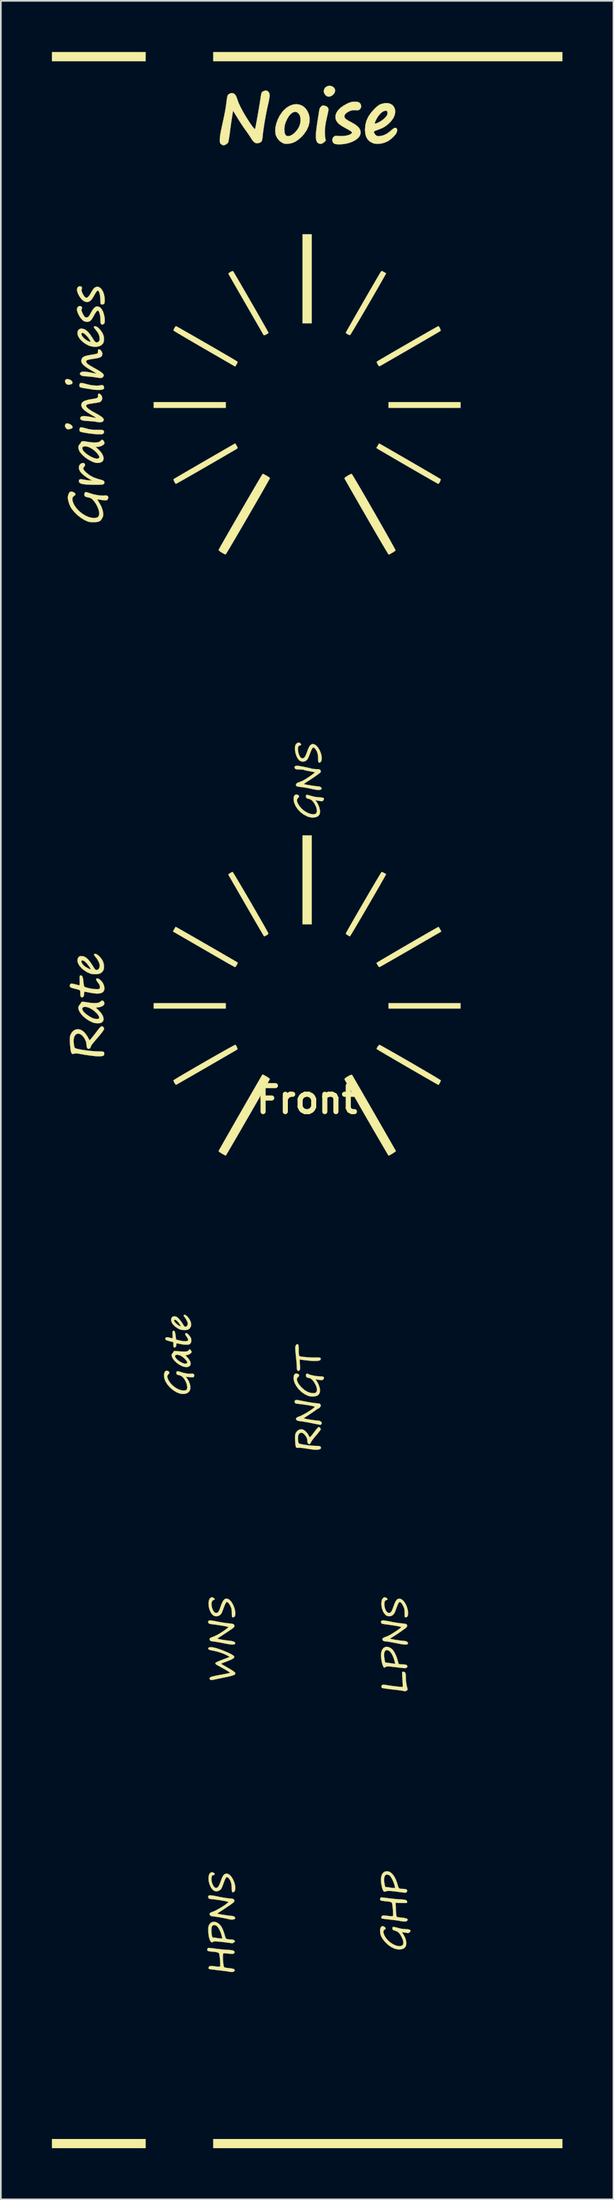
<source format=kicad_pcb>
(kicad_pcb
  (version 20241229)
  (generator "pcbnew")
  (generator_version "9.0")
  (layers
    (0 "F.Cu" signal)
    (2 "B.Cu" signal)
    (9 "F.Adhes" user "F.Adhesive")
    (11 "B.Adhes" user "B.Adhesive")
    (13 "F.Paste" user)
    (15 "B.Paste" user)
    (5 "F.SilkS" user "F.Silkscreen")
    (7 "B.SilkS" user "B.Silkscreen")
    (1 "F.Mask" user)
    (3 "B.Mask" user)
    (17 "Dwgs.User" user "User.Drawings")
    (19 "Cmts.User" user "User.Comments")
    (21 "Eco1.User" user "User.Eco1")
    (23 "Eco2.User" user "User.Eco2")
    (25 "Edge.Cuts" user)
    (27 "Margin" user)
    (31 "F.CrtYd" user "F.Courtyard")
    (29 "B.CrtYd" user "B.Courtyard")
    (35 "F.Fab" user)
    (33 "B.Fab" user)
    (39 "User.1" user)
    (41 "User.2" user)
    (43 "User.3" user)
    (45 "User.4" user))
  (footprint "Front"
    (layer "F.Cu")
    (at 14.991 61.501)
    (property "Reference" "Front" (at 0 0 0) (layer "F.SilkS") (effects (font (size 1.524 1.524) (thickness 0.3))))
    (attr through_hole)
    (fp_poly (pts (xy -9.483 -60.96) (xy -14.986 -60.96) (xy -14.986 -61.496) (xy -9.483 -61.496) (xy -9.483 -60.96)) (stroke (width 0.01) (type solid)) (fill yes) (layer "F.SilkS"))
    (fp_poly (pts (xy -9.483 61.524) (xy -14.986 61.524) (xy -14.986 60.988) (xy -9.483 60.988) (xy -9.483 61.524)) (stroke (width 0.01) (type solid)) (fill yes) (layer "F.SilkS"))
    (fp_poly (pts (xy -4.77 -40.612) (xy -9.003 -40.612) (xy -9.003 -40.95) (xy -4.77 -40.95) (xy -4.77 -40.612)) (stroke (width 0.01) (type solid)) (fill yes) (layer "F.SilkS"))
    (fp_poly (pts (xy -4.77 -5.362) (xy -9.003 -5.362) (xy -9.003 -5.673) (xy -4.77 -5.673) (xy -4.77 -5.362)) (stroke (width 0.01) (type solid)) (fill yes) (layer "F.SilkS"))
    (fp_poly (pts (xy 0.282 -45.579) (xy -0.254 -45.579) (xy -0.254 -50.8) (xy 0.282 -50.8) (xy 0.282 -45.579)) (stroke (width 0.01) (type solid)) (fill yes) (layer "F.SilkS"))
    (fp_poly (pts (xy 0.282 -10.301) (xy -0.254 -10.301) (xy -0.254 -15.522) (xy 0.282 -15.522) (xy 0.282 -10.301)) (stroke (width 0.01) (type solid)) (fill yes) (layer "F.SilkS"))
    (fp_poly (pts (xy 9.031 -40.612) (xy 4.798 -40.612) (xy 4.798 -40.95) (xy 9.031 -40.95) (xy 9.031 -40.612)) (stroke (width 0.01) (type solid)) (fill yes) (layer "F.SilkS"))
    (fp_poly (pts (xy 9.031 -5.362) (xy 4.798 -5.362) (xy 4.798 -5.673) (xy 9.031 -5.673) (xy 9.031 -5.362)) (stroke (width 0.01) (type solid)) (fill yes) (layer "F.SilkS"))
    (fp_poly (pts (xy 15.014 -60.96) (xy -5.503 -60.96) (xy -5.503 -61.496) (xy 15.014 -61.496) (xy 15.014 -60.96)) (stroke (width 0.01) (type solid)) (fill yes) (layer "F.SilkS"))
    (fp_poly (pts (xy 15.014 61.524) (xy -5.503 61.524) (xy -5.503 60.988) (xy 15.014 60.988) (xy 15.014 61.524)) (stroke (width 0.01) (type solid)) (fill yes) (layer "F.SilkS"))
    (fp_poly (pts (xy -13.988 -42.29) (xy -13.897 -42.251) (xy -13.828 -42.197) (xy -13.787 -42.134) (xy -13.78 -42.073) (xy -13.815 -42.022) (xy -13.861 -41.997) (xy -13.991 -41.968) (xy -14.09 -41.981) (xy -14.165 -42.04) (xy -14.166 -42.041) (xy -14.211 -42.128) (xy -14.216 -42.21) (xy -14.183 -42.273) (xy -14.116 -42.304) (xy -14.095 -42.305) (xy -13.988 -42.29)) (stroke (width 0.01) (type solid)) (fill yes) (layer "F.SilkS"))
    (fp_poly (pts (xy -13.961 -39.67) (xy -13.951 -39.666) (xy -13.856 -39.612) (xy -13.795 -39.548) (xy -13.772 -39.484) (xy -13.792 -39.429) (xy -13.836 -39.401) (xy -13.957 -39.362) (xy -14.043 -39.353) (xy -14.109 -39.374) (xy -14.153 -39.409) (xy -14.213 -39.5) (xy -14.217 -39.596) (xy -14.195 -39.654) (xy -14.148 -39.698) (xy -14.072 -39.704) (xy -13.961 -39.67)) (stroke (width 0.01) (type solid)) (fill yes) (layer "F.SilkS"))
    (fp_poly (pts (xy 1.422 -59.507) (xy 1.495 -59.478) (xy 1.599 -59.4) (xy 1.653 -59.303) (xy 1.658 -59.195) (xy 1.616 -59.085) (xy 1.525 -58.981) (xy 1.475 -58.943) (xy 1.355 -58.884) (xy 1.243 -58.879) (xy 1.162 -58.91) (xy 1.081 -58.979) (xy 1.018 -59.076) (xy 0.989 -59.176) (xy 0.988 -59.19) (xy 1.013 -59.314) (xy 1.08 -59.414) (xy 1.178 -59.483) (xy 1.296 -59.517) (xy 1.422 -59.507)) (stroke (width 0.01) (type solid)) (fill yes) (layer "F.SilkS"))
    (fp_poly (pts (xy -13.181 -42.067) (xy -13.069 -42.04) (xy -12.954 -42.008) (xy -12.755 -41.959) (xy -12.554 -41.928) (xy -12.367 -41.916) (xy -12.209 -41.923) (xy -12.139 -41.937) (xy -12.041 -41.954) (xy -11.979 -41.935) (xy -11.939 -41.874) (xy -11.927 -41.838) (xy -11.922 -41.764) (xy -11.962 -41.712) (xy -12.049 -41.68) (xy -12.188 -41.666) (xy -12.196 -41.666) (xy -12.324 -41.666) (xy -12.453 -41.673) (xy -12.545 -41.683) (xy -12.633 -41.697) (xy -12.758 -41.717) (xy -12.9 -41.739) (xy -12.995 -41.753) (xy -13.124 -41.775) (xy -13.233 -41.797) (xy -13.311 -41.817) (xy -13.341 -41.83) (xy -13.37 -41.885) (xy -13.375 -41.962) (xy -13.355 -42.03) (xy -13.343 -42.045) (xy -13.308 -42.069) (xy -13.258 -42.076) (xy -13.181 -42.067)) (stroke (width 0.01) (type solid)) (fill yes) (layer "F.SilkS"))
    (fp_poly (pts (xy -13.199 -39.462) (xy -13.077 -39.433) (xy -12.993 -39.41) (xy -12.863 -39.374) (xy -12.752 -39.35) (xy -12.642 -39.336) (xy -12.513 -39.329) (xy -12.35 -39.327) (xy -12.2 -39.326) (xy -12.096 -39.322) (xy -12.029 -39.316) (xy -11.987 -39.304) (xy -11.961 -39.285) (xy -11.944 -39.263) (xy -11.919 -39.212) (xy -11.928 -39.166) (xy -11.949 -39.13) (xy -11.975 -39.096) (xy -12.007 -39.076) (xy -12.058 -39.065) (xy -12.141 -39.062) (xy -12.242 -39.063) (xy -12.371 -39.068) (xy -12.533 -39.082) (xy -12.707 -39.101) (xy -12.855 -39.122) (xy -13.039 -39.151) (xy -13.174 -39.175) (xy -13.268 -39.198) (xy -13.328 -39.222) (xy -13.36 -39.251) (xy -13.372 -39.286) (xy -13.372 -39.332) (xy -13.372 -39.336) (xy -13.36 -39.407) (xy -13.332 -39.451) (xy -13.282 -39.468) (xy -13.199 -39.462)) (stroke (width 0.01) (type solid)) (fill yes) (layer "F.SilkS"))
    (fp_poly (pts (xy 1.02 -58.355) (xy 1.138 -58.319) (xy 1.223 -58.251) (xy 1.266 -58.161) (xy 1.27 -58.126) (xy 1.263 -58.065) (xy 1.244 -57.964) (xy 1.217 -57.836) (xy 1.184 -57.7) (xy 1.109 -57.355) (xy 1.065 -57.037) (xy 1.053 -56.754) (xy 1.07 -56.52) (xy 1.106 -56.291) (xy 1.005 -56.198) (xy 0.894 -56.125) (xy 0.782 -56.105) (xy 0.677 -56.139) (xy 0.636 -56.169) (xy 0.588 -56.227) (xy 0.554 -56.307) (xy 0.533 -56.414) (xy 0.526 -56.552) (xy 0.533 -56.727) (xy 0.554 -56.942) (xy 0.588 -57.203) (xy 0.632 -57.491) (xy 0.658 -57.654) (xy 0.683 -57.809) (xy 0.703 -57.941) (xy 0.717 -58.038) (xy 0.721 -58.065) (xy 0.75 -58.183) (xy 0.81 -58.274) (xy 0.822 -58.287) (xy 0.885 -58.341) (xy 0.945 -58.36) (xy 1.02 -58.355)) (stroke (width 0.01) (type solid)) (fill yes) (layer "F.SilkS"))
    (fp_poly (pts (xy 7.745 -10.155) (xy 7.761 -10.127) (xy 7.797 -10.066) (xy 7.827 -10.014) (xy 7.902 -9.882) (xy 7.514 -9.657) (xy 6.991 -9.355) (xy 6.512 -9.078) (xy 6.078 -8.827) (xy 5.689 -8.603) (xy 5.346 -8.406) (xy 5.049 -8.235) (xy 4.799 -8.092) (xy 4.595 -7.976) (xy 4.439 -7.888) (xy 4.331 -7.827) (xy 4.27 -7.795) (xy 4.257 -7.789) (xy 4.23 -7.811) (xy 4.186 -7.867) (xy 4.163 -7.902) (xy 4.121 -7.973) (xy 4.096 -8.024) (xy 4.092 -8.036) (xy 4.116 -8.053) (xy 4.184 -8.095) (xy 4.291 -8.16) (xy 4.434 -8.245) (xy 4.607 -8.347) (xy 4.805 -8.463) (xy 5.025 -8.592) (xy 5.262 -8.73) (xy 5.51 -8.875) (xy 5.766 -9.024) (xy 6.024 -9.174) (xy 6.281 -9.322) (xy 6.531 -9.467) (xy 6.77 -9.604) (xy 6.993 -9.733) (xy 7.196 -9.849) (xy 7.374 -9.95) (xy 7.522 -10.034) (xy 7.637 -10.098) (xy 7.712 -10.139) (xy 7.744 -10.155) (xy 7.745 -10.155)) (stroke (width 0.01) (type solid)) (fill yes) (layer "F.SilkS"))
    (fp_poly (pts (xy -7.692 -10.143) (xy -7.623 -10.105) (xy -7.515 -10.044) (xy -7.371 -9.962) (xy -7.198 -9.863) (xy -6.998 -9.749) (xy -6.778 -9.623) (xy -6.541 -9.487) (xy -6.292 -9.345) (xy -6.036 -9.197) (xy -5.778 -9.049) (xy -5.521 -8.901) (xy -5.271 -8.757) (xy -5.033 -8.619) (xy -4.81 -8.49) (xy -4.608 -8.373) (xy -4.431 -8.271) (xy -4.284 -8.185) (xy -4.171 -8.119) (xy -4.097 -8.075) (xy -4.067 -8.056) (xy -4.067 -8.056) (xy -4.071 -8.025) (xy -4.097 -7.966) (xy -4.136 -7.896) (xy -4.177 -7.833) (xy -4.21 -7.794) (xy -4.22 -7.789) (xy -4.251 -7.803) (xy -4.324 -7.841) (xy -4.433 -7.901) (xy -4.572 -7.978) (xy -4.733 -8.07) (xy -4.911 -8.171) (xy -4.939 -8.188) (xy -5.118 -8.291) (xy -5.336 -8.417) (xy -5.583 -8.559) (xy -5.85 -8.714) (xy -6.127 -8.873) (xy -6.404 -9.033) (xy -6.672 -9.188) (xy -6.752 -9.234) (xy -7.874 -9.882) (xy -7.798 -10.014) (xy -7.755 -10.089) (xy -7.725 -10.141) (xy -7.716 -10.155) (xy -7.692 -10.143)) (stroke (width 0.01) (type solid)) (fill yes) (layer "F.SilkS"))
    (fp_poly (pts (xy 4.433 -48.634) (xy 4.503 -48.599) (xy 4.527 -48.584) (xy 4.658 -48.508) (xy 4.561 -48.335) (xy 4.457 -48.149) (xy 4.337 -47.94) (xy 4.206 -47.71) (xy 4.064 -47.464) (xy 3.915 -47.207) (xy 3.762 -46.943) (xy 3.607 -46.677) (xy 3.453 -46.413) (xy 3.302 -46.156) (xy 3.158 -45.91) (xy 3.022 -45.68) (xy 2.898 -45.47) (xy 2.787 -45.285) (xy 2.693 -45.13) (xy 2.619 -45.008) (xy 2.566 -44.925) (xy 2.539 -44.884) (xy 2.535 -44.881) (xy 2.489 -44.89) (xy 2.419 -44.921) (xy 2.392 -44.936) (xy 2.327 -44.978) (xy 2.29 -45.012) (xy 2.286 -45.02) (xy 2.3 -45.048) (xy 2.339 -45.12) (xy 2.401 -45.232) (xy 2.484 -45.378) (xy 2.584 -45.554) (xy 2.699 -45.756) (xy 2.826 -45.978) (xy 2.962 -46.216) (xy 3.106 -46.466) (xy 3.253 -46.721) (xy 3.401 -46.979) (xy 3.548 -47.234) (xy 3.691 -47.481) (xy 3.827 -47.716) (xy 3.954 -47.934) (xy 4.068 -48.13) (xy 4.168 -48.3) (xy 4.25 -48.439) (xy 4.311 -48.543) (xy 4.349 -48.605) (xy 4.361 -48.623) (xy 4.39 -48.641) (xy 4.433 -48.634)) (stroke (width 0.01) (type solid)) (fill yes) (layer "F.SilkS"))
    (fp_poly (pts (xy 4.274 -38.51) (xy 4.344 -38.47) (xy 4.454 -38.408) (xy 4.598 -38.325) (xy 4.773 -38.225) (xy 4.973 -38.109) (xy 5.194 -37.982) (xy 5.431 -37.845) (xy 5.68 -37.702) (xy 5.935 -37.554) (xy 6.193 -37.405) (xy 6.448 -37.257) (xy 6.696 -37.113) (xy 6.931 -36.976) (xy 7.151 -36.848) (xy 7.349 -36.733) (xy 7.522 -36.632) (xy 7.663 -36.549) (xy 7.77 -36.486) (xy 7.837 -36.446) (xy 7.859 -36.432) (xy 7.863 -36.394) (xy 7.843 -36.329) (xy 7.808 -36.255) (xy 7.768 -36.192) (xy 7.731 -36.157) (xy 7.722 -36.155) (xy 7.693 -36.169) (xy 7.619 -36.209) (xy 7.504 -36.273) (xy 7.353 -36.359) (xy 7.168 -36.464) (xy 6.955 -36.586) (xy 6.716 -36.723) (xy 6.456 -36.873) (xy 6.18 -37.032) (xy 5.952 -37.164) (xy 5.664 -37.331) (xy 5.388 -37.491) (xy 5.13 -37.641) (xy 4.893 -37.779) (xy 4.682 -37.902) (xy 4.5 -38.008) (xy 4.351 -38.095) (xy 4.24 -38.16) (xy 4.171 -38.201) (xy 4.149 -38.215) (xy 4.084 -38.259) (xy 4.161 -38.391) (xy 4.205 -38.464) (xy 4.237 -38.512) (xy 4.248 -38.523) (xy 4.274 -38.51)) (stroke (width 0.01) (type solid)) (fill yes) (layer "F.SilkS"))
    (fp_poly (pts (xy 4.298 -3.214) (xy 4.374 -3.174) (xy 4.489 -3.111) (xy 4.638 -3.028) (xy 4.817 -2.927) (xy 5.02 -2.812) (xy 5.244 -2.685) (xy 5.483 -2.548) (xy 5.733 -2.404) (xy 5.989 -2.257) (xy 6.246 -2.108) (xy 6.5 -1.96) (xy 6.746 -1.817) (xy 6.98 -1.681) (xy 7.197 -1.554) (xy 7.391 -1.439) (xy 7.559 -1.339) (xy 7.696 -1.257) (xy 7.797 -1.195) (xy 7.857 -1.156) (xy 7.873 -1.143) (xy 7.862 -1.104) (xy 7.833 -1.039) (xy 7.796 -0.968) (xy 7.76 -0.908) (xy 7.736 -0.877) (xy 7.733 -0.876) (xy 7.707 -0.89) (xy 7.636 -0.93) (xy 7.523 -0.994) (xy 7.374 -1.079) (xy 7.191 -1.184) (xy 6.978 -1.306) (xy 6.739 -1.444) (xy 6.479 -1.594) (xy 6.2 -1.754) (xy 5.913 -1.92) (xy 5.62 -2.09) (xy 5.342 -2.251) (xy 5.082 -2.402) (xy 4.845 -2.541) (xy 4.633 -2.665) (xy 4.451 -2.772) (xy 4.303 -2.859) (xy 4.193 -2.926) (xy 4.124 -2.968) (xy 4.1 -2.985) (xy 4.108 -3.028) (xy 4.142 -3.092) (xy 4.188 -3.159) (xy 4.234 -3.211) (xy 4.266 -3.228) (xy 4.298 -3.214)) (stroke (width 0.01) (type solid)) (fill yes) (layer "F.SilkS"))
    (fp_poly (pts (xy -4.171 -3.194) (xy -4.133 -3.129) (xy -4.1 -3.057) (xy -4.081 -2.995) (xy -4.083 -2.964) (xy -4.111 -2.947) (xy -4.183 -2.904) (xy -4.295 -2.839) (xy -4.442 -2.753) (xy -4.618 -2.651) (xy -4.82 -2.534) (xy -5.043 -2.405) (xy -5.282 -2.267) (xy -5.531 -2.123) (xy -5.788 -1.975) (xy -6.046 -1.826) (xy -6.301 -1.679) (xy -6.548 -1.537) (xy -6.783 -1.401) (xy -7.001 -1.276) (xy -7.197 -1.164) (xy -7.366 -1.067) (xy -7.504 -0.988) (xy -7.607 -0.93) (xy -7.668 -0.896) (xy -7.684 -0.888) (xy -7.717 -0.902) (xy -7.76 -0.956) (xy -7.782 -0.995) (xy -7.82 -1.071) (xy -7.842 -1.128) (xy -7.845 -1.143) (xy -7.821 -1.162) (xy -7.752 -1.207) (xy -7.644 -1.273) (xy -7.501 -1.36) (xy -7.327 -1.463) (xy -7.127 -1.58) (xy -6.906 -1.709) (xy -6.668 -1.847) (xy -6.419 -1.992) (xy -6.163 -2.139) (xy -5.904 -2.288) (xy -5.647 -2.435) (xy -5.397 -2.577) (xy -5.159 -2.712) (xy -4.937 -2.837) (xy -4.736 -2.95) (xy -4.56 -3.047) (xy -4.414 -3.127) (xy -4.304 -3.186) (xy -4.232 -3.222) (xy -4.206 -3.232) (xy -4.171 -3.194)) (stroke (width 0.01) (type solid)) (fill yes) (layer "F.SilkS"))
    (fp_poly (pts (xy -7.668 -45.396) (xy -7.596 -45.356) (xy -7.484 -45.294) (xy -7.338 -45.211) (xy -7.161 -45.111) (xy -6.96 -44.996) (xy -6.737 -44.869) (xy -6.499 -44.733) (xy -6.25 -44.589) (xy -5.994 -44.442) (xy -5.736 -44.294) (xy -5.481 -44.147) (xy -5.234 -44.004) (xy -5 -43.868) (xy -4.782 -43.741) (xy -4.586 -43.627) (xy -4.416 -43.527) (xy -4.278 -43.446) (xy -4.175 -43.384) (xy -4.113 -43.346) (xy -4.096 -43.335) (xy -4.078 -43.306) (xy -4.085 -43.263) (xy -4.12 -43.193) (xy -4.134 -43.169) (xy -4.177 -43.097) (xy -4.207 -43.05) (xy -4.215 -43.039) (xy -4.239 -43.053) (xy -4.309 -43.093) (xy -4.42 -43.156) (xy -4.568 -43.242) (xy -4.75 -43.346) (xy -4.961 -43.468) (xy -5.199 -43.605) (xy -5.459 -43.755) (xy -5.737 -43.915) (xy -6.025 -44.082) (xy -6.318 -44.251) (xy -6.596 -44.413) (xy -6.856 -44.564) (xy -7.094 -44.704) (xy -7.306 -44.828) (xy -7.488 -44.936) (xy -7.636 -45.025) (xy -7.747 -45.092) (xy -7.816 -45.136) (xy -7.84 -45.154) (xy -7.834 -45.195) (xy -7.805 -45.26) (xy -7.766 -45.33) (xy -7.726 -45.386) (xy -7.697 -45.41) (xy -7.697 -45.41) (xy -7.668 -45.396)) (stroke (width 0.01) (type solid)) (fill yes) (layer "F.SilkS"))
    (fp_poly (pts (xy -4.35 -13.353) (xy -4.306 -13.285) (xy -4.239 -13.177) (xy -4.153 -13.034) (xy -4.05 -12.861) (xy -3.932 -12.662) (xy -3.802 -12.443) (xy -3.663 -12.206) (xy -3.518 -11.958) (xy -3.369 -11.703) (xy -3.219 -11.446) (xy -3.071 -11.191) (xy -2.928 -10.943) (xy -2.791 -10.706) (xy -2.665 -10.486) (xy -2.551 -10.287) (xy -2.453 -10.113) (xy -2.373 -9.969) (xy -2.313 -9.861) (xy -2.277 -9.792) (xy -2.267 -9.769) (xy -2.281 -9.725) (xy -2.347 -9.675) (xy -2.377 -9.659) (xy -2.45 -9.622) (xy -2.502 -9.599) (xy -2.514 -9.595) (xy -2.531 -9.619) (xy -2.573 -9.688) (xy -2.639 -9.798) (xy -2.726 -9.946) (xy -2.832 -10.127) (xy -2.955 -10.337) (xy -3.093 -10.574) (xy -3.242 -10.832) (xy -3.402 -11.108) (xy -3.543 -11.352) (xy -3.71 -11.643) (xy -3.87 -11.92) (xy -4.019 -12.179) (xy -4.157 -12.418) (xy -4.28 -12.63) (xy -4.386 -12.814) (xy -4.473 -12.964) (xy -4.538 -13.076) (xy -4.579 -13.147) (xy -4.594 -13.171) (xy -4.613 -13.211) (xy -4.605 -13.241) (xy -4.56 -13.278) (xy -4.518 -13.305) (xy -4.443 -13.348) (xy -4.384 -13.373) (xy -4.368 -13.377) (xy -4.35 -13.353)) (stroke (width 0.01) (type solid)) (fill yes) (layer "F.SilkS"))
    (fp_poly (pts (xy 4.433 -13.364) (xy 4.501 -13.333) (xy 4.577 -13.293) (xy 4.641 -13.255) (xy 4.653 -13.247) (xy 4.642 -13.221) (xy 4.605 -13.151) (xy 4.545 -13.042) (xy 4.464 -12.898) (xy 4.365 -12.724) (xy 4.251 -12.525) (xy 4.124 -12.304) (xy 3.987 -12.067) (xy 3.843 -11.819) (xy 3.695 -11.563) (xy 3.545 -11.305) (xy 3.395 -11.049) (xy 3.249 -10.799) (xy 3.109 -10.561) (xy 2.978 -10.339) (xy 2.859 -10.137) (xy 2.754 -9.96) (xy 2.666 -9.814) (xy 2.597 -9.701) (xy 2.55 -9.628) (xy 2.529 -9.598) (xy 2.528 -9.597) (xy 2.488 -9.613) (xy 2.421 -9.65) (xy 2.392 -9.668) (xy 2.328 -9.714) (xy 2.29 -9.748) (xy 2.286 -9.756) (xy 2.3 -9.787) (xy 2.339 -9.861) (xy 2.402 -9.974) (xy 2.485 -10.122) (xy 2.586 -10.299) (xy 2.702 -10.501) (xy 2.83 -10.724) (xy 2.967 -10.962) (xy 3.112 -11.211) (xy 3.26 -11.467) (xy 3.41 -11.725) (xy 3.559 -11.979) (xy 3.704 -12.227) (xy 3.842 -12.462) (xy 3.971 -12.68) (xy 4.087 -12.877) (xy 4.189 -13.047) (xy 4.273 -13.187) (xy 4.338 -13.292) (xy 4.379 -13.357) (xy 4.394 -13.377) (xy 4.433 -13.364)) (stroke (width 0.01) (type solid)) (fill yes) (layer "F.SilkS"))
    (fp_poly (pts (xy 5.71 33.568) (xy 5.767 33.608) (xy 5.791 33.649) (xy 5.806 33.715) (xy 5.813 33.818) (xy 5.814 33.911) (xy 5.825 34.12) (xy 5.856 34.327) (xy 5.869 34.389) (xy 5.924 34.615) (xy 5.866 34.664) (xy 5.824 34.695) (xy 5.783 34.708) (xy 5.724 34.702) (xy 5.644 34.685) (xy 5.586 34.674) (xy 5.482 34.659) (xy 5.343 34.641) (xy 5.18 34.621) (xy 5.003 34.601) (xy 4.995 34.6) (xy 4.824 34.58) (xy 4.67 34.559) (xy 4.544 34.54) (xy 4.455 34.523) (xy 4.411 34.511) (xy 4.41 34.51) (xy 4.377 34.452) (xy 4.388 34.384) (xy 4.418 34.346) (xy 4.449 34.33) (xy 4.499 34.326) (xy 4.58 34.332) (xy 4.703 34.35) (xy 4.735 34.355) (xy 4.907 34.382) (xy 5.079 34.406) (xy 5.244 34.426) (xy 5.391 34.442) (xy 5.511 34.453) (xy 5.594 34.457) (xy 5.632 34.453) (xy 5.632 34.452) (xy 5.636 34.42) (xy 5.636 34.341) (xy 5.631 34.227) (xy 5.622 34.088) (xy 5.617 34.024) (xy 5.607 33.876) (xy 5.601 33.748) (xy 5.598 33.65) (xy 5.6 33.593) (xy 5.602 33.584) (xy 5.647 33.558) (xy 5.71 33.568)) (stroke (width 0.01) (type solid)) (fill yes) (layer "F.SilkS"))
    (fp_poly (pts (xy -4.198 -38.501) (xy -4.162 -38.444) (xy -4.132 -38.394) (xy -4.089 -38.315) (xy -4.075 -38.268) (xy -4.087 -38.237) (xy -4.095 -38.229) (xy -4.126 -38.209) (xy -4.201 -38.164) (xy -4.315 -38.096) (xy -4.464 -38.009) (xy -4.642 -37.905) (xy -4.845 -37.787) (xy -5.068 -37.657) (xy -5.307 -37.519) (xy -5.557 -37.374) (xy -5.814 -37.227) (xy -6.071 -37.078) (xy -6.326 -36.932) (xy -6.573 -36.79) (xy -6.807 -36.656) (xy -7.024 -36.532) (xy -7.219 -36.421) (xy -7.387 -36.326) (xy -7.524 -36.249) (xy -7.625 -36.192) (xy -7.686 -36.16) (xy -7.701 -36.153) (xy -7.727 -36.175) (xy -7.767 -36.234) (xy -7.792 -36.279) (xy -7.832 -36.37) (xy -7.836 -36.424) (xy -7.831 -36.432) (xy -7.804 -36.449) (xy -7.732 -36.491) (xy -7.622 -36.557) (xy -7.476 -36.642) (xy -7.301 -36.744) (xy -7.1 -36.861) (xy -6.879 -36.99) (xy -6.641 -37.128) (xy -6.392 -37.272) (xy -6.137 -37.42) (xy -5.879 -37.569) (xy -5.624 -37.716) (xy -5.376 -37.859) (xy -5.14 -37.995) (xy -4.921 -38.122) (xy -4.723 -38.235) (xy -4.551 -38.334) (xy -4.41 -38.415) (xy -4.304 -38.475) (xy -4.238 -38.512) (xy -4.216 -38.523) (xy -4.198 -38.501)) (stroke (width 0.01) (type solid)) (fill yes) (layer "F.SilkS"))
    (fp_poly (pts (xy -4.34 -48.629) (xy -4.333 -48.623) (xy -4.313 -48.592) (xy -4.267 -48.517) (xy -4.2 -48.403) (xy -4.113 -48.255) (xy -4.009 -48.077) (xy -3.89 -47.874) (xy -3.761 -47.651) (xy -3.622 -47.412) (xy -3.478 -47.162) (xy -3.33 -46.906) (xy -3.182 -46.648) (xy -3.035 -46.394) (xy -2.894 -46.147) (xy -2.76 -45.913) (xy -2.636 -45.696) (xy -2.525 -45.502) (xy -2.43 -45.334) (xy -2.353 -45.197) (xy -2.297 -45.096) (xy -2.265 -45.036) (xy -2.258 -45.021) (xy -2.28 -44.994) (xy -2.336 -44.955) (xy -2.405 -44.914) (xy -2.469 -44.884) (xy -2.507 -44.873) (xy -2.546 -44.89) (xy -2.549 -44.895) (xy -2.565 -44.922) (xy -2.606 -44.994) (xy -2.672 -45.107) (xy -2.758 -45.258) (xy -2.864 -45.441) (xy -2.987 -45.654) (xy -3.124 -45.892) (xy -3.273 -46.151) (xy -3.433 -46.427) (xy -3.562 -46.651) (xy -3.729 -46.94) (xy -3.887 -47.215) (xy -4.036 -47.472) (xy -4.172 -47.709) (xy -4.293 -47.92) (xy -4.397 -48.101) (xy -4.482 -48.249) (xy -4.545 -48.358) (xy -4.584 -48.427) (xy -4.596 -48.448) (xy -4.61 -48.486) (xy -4.597 -48.518) (xy -4.549 -48.555) (xy -4.498 -48.585) (xy -4.419 -48.628) (xy -4.371 -48.642) (xy -4.34 -48.629)) (stroke (width 0.01) (type solid)) (fill yes) (layer "F.SilkS"))
    (fp_poly (pts (xy 7.759 -45.386) (xy 7.797 -45.329) (xy 7.833 -45.256) (xy 7.858 -45.186) (xy 7.863 -45.139) (xy 7.859 -45.132) (xy 7.832 -45.115) (xy 7.761 -45.072) (xy 7.65 -45.007) (xy 7.504 -44.922) (xy 7.329 -44.82) (xy 7.128 -44.703) (xy 6.906 -44.574) (xy 6.669 -44.437) (xy 6.421 -44.293) (xy 6.166 -44.145) (xy 5.91 -43.997) (xy 5.656 -43.851) (xy 5.411 -43.709) (xy 5.178 -43.575) (xy 4.962 -43.45) (xy 4.768 -43.339) (xy 4.601 -43.243) (xy 4.465 -43.165) (xy 4.366 -43.109) (xy 4.307 -43.076) (xy 4.299 -43.072) (xy 4.261 -43.058) (xy 4.23 -43.07) (xy 4.193 -43.119) (xy 4.162 -43.169) (xy 4.119 -43.249) (xy 4.106 -43.297) (xy 4.118 -43.328) (xy 4.125 -43.335) (xy 4.156 -43.355) (xy 4.23 -43.4) (xy 4.344 -43.468) (xy 4.493 -43.555) (xy 4.671 -43.659) (xy 4.874 -43.778) (xy 5.098 -43.907) (xy 5.337 -44.046) (xy 5.587 -44.19) (xy 5.843 -44.338) (xy 6.101 -44.486) (xy 6.355 -44.633) (xy 6.602 -44.774) (xy 6.836 -44.908) (xy 7.053 -45.032) (xy 7.247 -45.143) (xy 7.415 -45.238) (xy 7.552 -45.315) (xy 7.653 -45.371) (xy 7.712 -45.403) (xy 7.728 -45.41) (xy 7.759 -45.386)) (stroke (width 0.01) (type solid)) (fill yes) (layer "F.SilkS"))
    (fp_poly (pts (xy 2.654 -36.71) (xy 2.699 -36.638) (xy 2.767 -36.526) (xy 2.856 -36.378) (xy 2.963 -36.198) (xy 3.085 -35.989) (xy 3.221 -35.757) (xy 3.367 -35.506) (xy 3.522 -35.239) (xy 3.682 -34.961) (xy 3.846 -34.676) (xy 4.012 -34.388) (xy 4.176 -34.102) (xy 4.336 -33.821) (xy 4.49 -33.551) (xy 4.635 -33.294) (xy 4.77 -33.056) (xy 4.891 -32.841) (xy 4.996 -32.652) (xy 5.084 -32.494) (xy 5.15 -32.372) (xy 5.193 -32.288) (xy 5.211 -32.249) (xy 5.212 -32.246) (xy 5.182 -32.217) (xy 5.118 -32.171) (xy 5.033 -32.118) (xy 4.944 -32.067) (xy 4.866 -32.026) (xy 4.813 -32.005) (xy 4.805 -32.004) (xy 4.787 -32.028) (xy 4.744 -32.097) (xy 4.676 -32.209) (xy 4.586 -32.359) (xy 4.476 -32.544) (xy 4.348 -32.761) (xy 4.204 -33.006) (xy 4.046 -33.276) (xy 3.877 -33.568) (xy 3.697 -33.877) (xy 3.51 -34.201) (xy 3.497 -34.223) (xy 3.309 -34.549) (xy 3.129 -34.861) (xy 2.96 -35.155) (xy 2.802 -35.43) (xy 2.659 -35.68) (xy 2.531 -35.902) (xy 2.422 -36.094) (xy 2.333 -36.251) (xy 2.266 -36.369) (xy 2.223 -36.446) (xy 2.207 -36.478) (xy 2.207 -36.479) (xy 2.225 -36.508) (xy 2.281 -36.554) (xy 2.36 -36.608) (xy 2.449 -36.661) (xy 2.534 -36.705) (xy 2.601 -36.733) (xy 2.634 -36.736) (xy 2.654 -36.71)) (stroke (width 0.01) (type solid)) (fill yes) (layer "F.SilkS"))
    (fp_poly (pts (xy -13.082 -37.356) (xy -13.043 -37.303) (xy -13.042 -37.234) (xy -13.088 -37.162) (xy -13.095 -37.155) (xy -13.14 -37.097) (xy -13.145 -37.036) (xy -13.109 -36.963) (xy -13.028 -36.871) (xy -12.987 -36.83) (xy -12.779 -36.662) (xy -12.545 -36.534) (xy -12.274 -36.439) (xy -12.212 -36.423) (xy -12.083 -36.389) (xy -11.998 -36.36) (xy -11.947 -36.33) (xy -11.92 -36.295) (xy -11.919 -36.294) (xy -11.899 -36.213) (xy -11.931 -36.153) (xy -11.986 -36.122) (xy -12.043 -36.112) (xy -12.144 -36.105) (xy -12.279 -36.101) (xy -12.436 -36.1) (xy -12.603 -36.102) (xy -12.769 -36.107) (xy -12.923 -36.114) (xy -13.052 -36.124) (xy -13.109 -36.13) (xy -13.25 -36.158) (xy -13.341 -36.196) (xy -13.391 -36.251) (xy -13.406 -36.326) (xy -13.403 -36.336) (xy -12.615 -36.336) (xy -12.601 -36.322) (xy -12.587 -36.336) (xy -12.601 -36.35) (xy -12.615 -36.336) (xy -13.403 -36.336) (xy -13.391 -36.386) (xy -13.345 -36.419) (xy -13.26 -36.426) (xy -13.132 -36.408) (xy -13.07 -36.395) (xy -12.95 -36.372) (xy -12.832 -36.356) (xy -12.751 -36.352) (xy -12.629 -36.353) (xy -12.771 -36.426) (xy -12.917 -36.513) (xy -13.066 -36.619) (xy -13.199 -36.731) (xy -13.301 -36.837) (xy -13.323 -36.866) (xy -13.389 -36.992) (xy -13.408 -37.116) (xy -13.384 -37.229) (xy -13.316 -37.319) (xy -13.24 -37.365) (xy -13.15 -37.381) (xy -13.082 -37.356)) (stroke (width 0.01) (type solid)) (fill yes) (layer "F.SilkS"))
    (fp_poly (pts (xy -2.563 -36.731) (xy -2.495 -36.699) (xy -2.409 -36.654) (xy -2.32 -36.602) (xy -2.241 -36.551) (xy -2.188 -36.512) (xy -2.173 -36.493) (xy -2.187 -36.462) (xy -2.227 -36.388) (xy -2.29 -36.274) (xy -2.375 -36.123) (xy -2.478 -35.941) (xy -2.598 -35.731) (xy -2.732 -35.498) (xy -2.877 -35.246) (xy -3.031 -34.979) (xy -3.192 -34.701) (xy -3.357 -34.417) (xy -3.523 -34.13) (xy -3.689 -33.845) (xy -3.852 -33.566) (xy -4.009 -33.297) (xy -4.158 -33.042) (xy -4.297 -32.806) (xy -4.423 -32.593) (xy -4.533 -32.406) (xy -4.626 -32.251) (xy -4.699 -32.131) (xy -4.749 -32.05) (xy -4.774 -32.013) (xy -4.776 -32.011) (xy -4.816 -32.021) (xy -4.889 -32.055) (xy -4.981 -32.106) (xy -5.005 -32.12) (xy -5.11 -32.188) (xy -5.169 -32.239) (xy -5.186 -32.277) (xy -5.185 -32.282) (xy -5.168 -32.316) (xy -5.126 -32.394) (xy -5.06 -32.512) (xy -4.974 -32.665) (xy -4.869 -32.849) (xy -4.748 -33.061) (xy -4.613 -33.295) (xy -4.467 -33.549) (xy -4.313 -33.816) (xy -4.152 -34.095) (xy -3.987 -34.379) (xy -3.821 -34.665) (xy -3.656 -34.949) (xy -3.495 -35.226) (xy -3.339 -35.493) (xy -3.192 -35.745) (xy -3.056 -35.978) (xy -2.932 -36.188) (xy -2.825 -36.37) (xy -2.736 -36.52) (xy -2.667 -36.635) (xy -2.621 -36.709) (xy -2.6 -36.739) (xy -2.6 -36.74) (xy -2.563 -36.731)) (stroke (width 0.01) (type solid)) (fill yes) (layer "F.SilkS"))
    (fp_poly (pts (xy 2.651 -1.468) (xy 2.656 -1.463) (xy 2.68 -1.424) (xy 2.728 -1.341) (xy 2.799 -1.218) (xy 2.89 -1.061) (xy 2.999 -0.873) (xy 3.124 -0.658) (xy 3.261 -0.421) (xy 3.408 -0.165) (xy 3.564 0.105) (xy 3.725 0.384) (xy 3.889 0.669) (xy 4.054 0.956) (xy 4.218 1.24) (xy 4.377 1.517) (xy 4.53 1.783) (xy 4.674 2.034) (xy 4.807 2.265) (xy 4.926 2.473) (xy 5.029 2.652) (xy 5.114 2.8) (xy 5.177 2.911) (xy 5.217 2.982) (xy 5.231 3.009) (xy 5.231 3.009) (xy 5.211 3.03) (xy 5.154 3.07) (xy 5.075 3.122) (xy 4.987 3.176) (xy 4.903 3.225) (xy 4.837 3.26) (xy 4.802 3.274) (xy 4.786 3.25) (xy 4.743 3.18) (xy 4.676 3.069) (xy 4.588 2.919) (xy 4.479 2.733) (xy 4.351 2.516) (xy 4.208 2.271) (xy 4.051 2.001) (xy 3.882 1.71) (xy 3.703 1.4) (xy 3.515 1.076) (xy 3.503 1.055) (xy 3.315 0.729) (xy 3.135 0.416) (xy 2.966 0.121) (xy 2.808 -0.154) (xy 2.664 -0.405) (xy 2.537 -0.629) (xy 2.427 -0.821) (xy 2.338 -0.979) (xy 2.271 -1.099) (xy 2.228 -1.177) (xy 2.211 -1.21) (xy 2.211 -1.21) (xy 2.228 -1.246) (xy 2.281 -1.295) (xy 2.36 -1.349) (xy 2.449 -1.401) (xy 2.536 -1.443) (xy 2.608 -1.468) (xy 2.651 -1.468)) (stroke (width 0.01) (type solid)) (fill yes) (layer "F.SilkS"))
    (fp_poly (pts (xy -13.265 -47.734) (xy -13.223 -47.684) (xy -13.228 -47.604) (xy -13.235 -47.585) (xy -13.251 -47.536) (xy -13.249 -47.487) (xy -13.228 -47.421) (xy -13.184 -47.323) (xy -13.18 -47.315) (xy -13.105 -47.181) (xy -13.033 -47.101) (xy -12.96 -47.075) (xy -12.884 -47.105) (xy -12.804 -47.189) (xy -12.716 -47.328) (xy -12.701 -47.356) (xy -12.636 -47.467) (xy -12.569 -47.567) (xy -12.512 -47.638) (xy -12.495 -47.655) (xy -12.389 -47.714) (xy -12.281 -47.721) (xy -12.176 -47.678) (xy -12.079 -47.589) (xy -11.996 -47.457) (xy -11.941 -47.318) (xy -11.907 -47.178) (xy -11.888 -47.033) (xy -11.883 -46.897) (xy -11.893 -46.787) (xy -11.911 -46.734) (xy -11.954 -46.697) (xy -12.02 -46.68) (xy -12.084 -46.685) (xy -12.122 -46.714) (xy -12.123 -46.715) (xy -12.129 -46.757) (xy -12.136 -46.841) (xy -12.142 -46.953) (xy -12.145 -47.018) (xy -12.158 -47.184) (xy -12.183 -47.322) (xy -12.219 -47.425) (xy -12.262 -47.486) (xy -12.294 -47.498) (xy -12.333 -47.478) (xy -12.385 -47.415) (xy -12.453 -47.307) (xy -12.531 -47.165) (xy -12.632 -47.001) (xy -12.735 -46.892) (xy -12.844 -46.834) (xy -12.963 -46.827) (xy -13.077 -46.859) (xy -13.179 -46.926) (xy -13.283 -47.033) (xy -13.378 -47.167) (xy -13.455 -47.312) (xy -13.503 -47.455) (xy -13.511 -47.499) (xy -13.508 -47.613) (xy -13.468 -47.698) (xy -13.397 -47.746) (xy -13.352 -47.752) (xy -13.265 -47.734)) (stroke (width 0.01) (type solid)) (fill yes) (layer "F.SilkS"))
    (fp_poly (pts (xy -7.117 12.64) (xy -7.028 12.716) (xy -6.993 12.754) (xy -6.889 12.896) (xy -6.826 13.041) (xy -6.804 13.181) (xy -6.824 13.307) (xy -6.885 13.411) (xy -6.97 13.476) (xy -7.07 13.505) (xy -7.2 13.515) (xy -7.34 13.504) (xy -7.465 13.474) (xy -7.592 13.412) (xy -7.723 13.322) (xy -7.838 13.217) (xy -7.919 13.115) (xy -7.923 13.108) (xy -7.973 12.982) (xy -7.976 12.938) (xy -7.813 12.938) (xy -7.807 12.978) (xy -7.764 13.039) (xy -7.719 13.092) (xy -7.638 13.168) (xy -7.547 13.234) (xy -7.463 13.279) (xy -7.414 13.292) (xy -7.417 13.271) (xy -7.448 13.217) (xy -7.499 13.139) (xy -7.506 13.127) (xy -7.6 13.01) (xy -7.683 12.934) (xy -7.751 12.903) (xy -7.787 12.91) (xy -7.813 12.938) (xy -7.976 12.938) (xy -7.98 12.871) (xy -7.948 12.782) (xy -7.885 12.723) (xy -7.796 12.702) (xy -7.687 12.725) (xy -7.628 12.756) (xy -7.56 12.812) (xy -7.477 12.904) (xy -7.387 13.017) (xy -7.303 13.14) (xy -7.247 13.233) (xy -7.199 13.295) (xy -7.148 13.321) (xy -7.146 13.321) (xy -7.077 13.296) (xy -7.023 13.234) (xy -7 13.154) (xy -7 13.149) (xy -7.018 13.057) (xy -7.065 12.944) (xy -7.131 12.83) (xy -7.178 12.766) (xy -7.236 12.688) (xy -7.248 12.64) (xy -7.216 12.618) (xy -7.185 12.615) (xy -7.117 12.64)) (stroke (width 0.01) (type solid)) (fill yes) (layer "F.SilkS"))
    (fp_poly (pts (xy -2.584 -1.482) (xy -2.52 -1.451) (xy -2.431 -1.403) (xy -2.387 -1.378) (xy -2.273 -1.309) (xy -2.207 -1.258) (xy -2.183 -1.22) (xy -2.183 -1.209) (xy -2.199 -1.178) (xy -2.24 -1.103) (xy -2.304 -0.988) (xy -2.39 -0.837) (xy -2.493 -0.654) (xy -2.613 -0.444) (xy -2.747 -0.211) (xy -2.891 0.041) (xy -3.045 0.308) (xy -3.205 0.586) (xy -3.369 0.871) (xy -3.534 1.157) (xy -3.699 1.442) (xy -3.86 1.721) (xy -4.016 1.99) (xy -4.163 2.244) (xy -4.3 2.48) (xy -4.425 2.693) (xy -4.534 2.879) (xy -4.625 3.034) (xy -4.696 3.154) (xy -4.744 3.234) (xy -4.768 3.271) (xy -4.77 3.273) (xy -4.799 3.26) (xy -4.865 3.225) (xy -4.956 3.176) (xy -4.991 3.157) (xy -5.099 3.092) (xy -5.162 3.045) (xy -5.185 3.008) (xy -5.185 2.993) (xy -5.17 2.964) (xy -5.129 2.891) (xy -5.065 2.777) (xy -4.98 2.627) (xy -4.876 2.445) (xy -4.757 2.235) (xy -4.623 2.001) (xy -4.479 1.749) (xy -4.325 1.481) (xy -4.166 1.202) (xy -4.002 0.917) (xy -3.837 0.629) (xy -3.672 0.343) (xy -3.511 0.063) (xy -3.356 -0.207) (xy -3.209 -0.462) (xy -3.072 -0.699) (xy -2.949 -0.912) (xy -2.841 -1.099) (xy -2.751 -1.254) (xy -2.681 -1.374) (xy -2.633 -1.454) (xy -2.611 -1.489) (xy -2.61 -1.491) (xy -2.584 -1.482)) (stroke (width 0.01) (type solid)) (fill yes) (layer "F.SilkS"))
    (fp_poly (pts (xy -6.827 14.7) (xy -6.789 14.755) (xy -6.773 14.793) (xy -6.798 14.845) (xy -6.86 14.9) (xy -6.944 14.946) (xy -7.026 14.972) (xy -7.146 14.992) (xy -7.033 15.109) (xy -6.918 15.248) (xy -6.85 15.376) (xy -6.83 15.489) (xy -6.859 15.584) (xy -6.904 15.633) (xy -7.011 15.681) (xy -7.147 15.684) (xy -7.308 15.64) (xy -7.312 15.638) (xy -7.484 15.553) (xy -7.645 15.442) (xy -7.782 15.315) (xy -7.883 15.184) (xy -7.915 15.121) (xy -7.948 15.03) (xy -7.755 15.03) (xy -7.739 15.106) (xy -7.675 15.195) (xy -7.566 15.292) (xy -7.513 15.33) (xy -7.376 15.413) (xy -7.253 15.466) (xy -7.15 15.487) (xy -7.076 15.476) (xy -7.036 15.432) (xy -7.032 15.417) (xy -7.048 15.36) (xy -7.101 15.284) (xy -7.179 15.198) (xy -7.273 15.114) (xy -7.372 15.043) (xy -7.421 15.015) (xy -7.527 14.975) (xy -7.626 14.961) (xy -7.705 14.974) (xy -7.75 15.012) (xy -7.755 15.03) (xy -7.948 15.03) (xy -7.949 15.027) (xy -7.954 14.964) (xy -7.931 14.913) (xy -7.908 14.885) (xy -7.861 14.824) (xy -7.838 14.78) (xy -7.822 14.754) (xy -7.79 14.742) (xy -7.731 14.74) (xy -7.63 14.749) (xy -7.613 14.751) (xy -7.474 14.762) (xy -7.324 14.771) (xy -7.22 14.773) (xy -7.112 14.771) (xy -7.042 14.759) (xy -6.991 14.733) (xy -6.957 14.704) (xy -6.881 14.633) (xy -6.827 14.7)) (stroke (width 0.01) (type solid)) (fill yes) (layer "F.SilkS"))
    (fp_poly (pts (xy -0.529 14.344) (xy -0.509 14.363) (xy -0.496 14.408) (xy -0.488 14.488) (xy -0.485 14.614) (xy -0.485 14.647) (xy -0.482 14.804) (xy -0.475 14.915) (xy -0.462 14.987) (xy -0.441 15.029) (xy -0.41 15.051) (xy -0.401 15.054) (xy -0.323 15.07) (xy -0.203 15.085) (xy -0.056 15.099) (xy 0.104 15.111) (xy 0.263 15.12) (xy 0.405 15.124) (xy 0.493 15.123) (xy 0.61 15.121) (xy 0.708 15.125) (xy 0.77 15.132) (xy 0.783 15.137) (xy 0.816 15.184) (xy 0.801 15.246) (xy 0.774 15.28) (xy 0.718 15.305) (xy 0.615 15.319) (xy 0.473 15.324) (xy 0.3 15.32) (xy 0.104 15.305) (xy -0.099 15.282) (xy -0.224 15.265) (xy -0.328 15.252) (xy -0.397 15.243) (xy -0.42 15.24) (xy -0.423 15.266) (xy -0.422 15.337) (xy -0.417 15.441) (xy -0.411 15.533) (xy -0.404 15.668) (xy -0.402 15.76) (xy -0.409 15.818) (xy -0.424 15.854) (xy -0.438 15.871) (xy -0.475 15.907) (xy -0.489 15.916) (xy -0.514 15.904) (xy -0.543 15.887) (xy -0.571 15.858) (xy -0.587 15.804) (xy -0.593 15.711) (xy -0.594 15.669) (xy -0.597 15.573) (xy -0.607 15.436) (xy -0.621 15.274) (xy -0.639 15.104) (xy -0.646 15.038) (xy -0.663 14.878) (xy -0.675 14.729) (xy -0.682 14.604) (xy -0.683 14.517) (xy -0.68 14.491) (xy -0.65 14.398) (xy -0.598 14.347) (xy -0.534 14.343) (xy -0.529 14.344)) (stroke (width 0.01) (type solid)) (fill yes) (layer "F.SilkS"))
    (fp_poly (pts (xy -0.436 -58.414) (xy -0.263 -58.342) (xy -0.109 -58.222) (xy 0.02 -58.055) (xy 0.02 -58.055) (xy 0.116 -57.843) (xy 0.16 -57.617) (xy 0.152 -57.384) (xy 0.095 -57.147) (xy -0.011 -56.913) (xy -0.165 -56.687) (xy -0.309 -56.526) (xy -0.502 -56.355) (xy -0.687 -56.232) (xy -0.873 -56.154) (xy -1.069 -56.116) (xy -1.109 -56.113) (xy -1.223 -56.109) (xy -1.306 -56.116) (xy -1.38 -56.139) (xy -1.468 -56.182) (xy -1.618 -56.29) (xy -1.741 -56.436) (xy -1.824 -56.605) (xy -1.834 -56.637) (xy -1.863 -56.838) (xy -1.856 -56.961) (xy -1.326 -56.961) (xy -1.314 -56.786) (xy -1.275 -56.661) (xy -1.211 -56.586) (xy -1.119 -56.559) (xy -0.999 -56.58) (xy -0.915 -56.615) (xy -0.791 -56.696) (xy -0.665 -56.815) (xy -0.551 -56.957) (xy -0.464 -57.104) (xy -0.459 -57.114) (xy -0.397 -57.295) (xy -0.371 -57.48) (xy -0.381 -57.653) (xy -0.428 -57.799) (xy -0.51 -57.912) (xy -0.606 -57.974) (xy -0.714 -57.986) (xy -0.828 -57.951) (xy -0.943 -57.868) (xy -1.055 -57.741) (xy -1.158 -57.571) (xy -1.161 -57.565) (xy -1.249 -57.37) (xy -1.302 -57.196) (xy -1.324 -57.026) (xy -1.326 -56.961) (xy -1.856 -56.961) (xy -1.851 -57.062) (xy -1.8 -57.299) (xy -1.714 -57.538) (xy -1.596 -57.769) (xy -1.45 -57.981) (xy -1.379 -58.064) (xy -1.199 -58.229) (xy -1.009 -58.346) (xy -0.815 -58.416) (xy -0.622 -58.439) (xy -0.436 -58.414)) (stroke (width 0.01) (type solid)) (fill yes) (layer "F.SilkS"))
    (fp_poly (pts (xy -7.777 13.585) (xy -7.749 13.66) (xy -7.726 13.784) (xy -7.719 13.837) (xy -7.691 14.069) (xy -7.507 14.116) (xy -7.365 14.146) (xy -7.23 14.163) (xy -7.115 14.165) (xy -7.031 14.153) (xy -6.99 14.127) (xy -6.989 14.125) (xy -6.988 14.049) (xy -7.033 13.951) (xy -7.098 13.862) (xy -7.147 13.785) (xy -7.155 13.726) (xy -7.123 13.692) (xy -7.094 13.688) (xy -7.039 13.71) (xy -6.971 13.769) (xy -6.9 13.85) (xy -6.84 13.939) (xy -6.803 14.021) (xy -6.802 14.025) (xy -6.791 14.139) (xy -6.814 14.242) (xy -6.866 14.321) (xy -6.919 14.353) (xy -7.013 14.368) (xy -7.142 14.369) (xy -7.286 14.357) (xy -7.407 14.337) (xy -7.531 14.309) (xy -7.61 14.294) (xy -7.654 14.292) (xy -7.673 14.306) (xy -7.677 14.335) (xy -7.676 14.373) (xy -7.691 14.457) (xy -7.729 14.516) (xy -7.778 14.538) (xy -7.827 14.516) (xy -7.838 14.478) (xy -7.845 14.405) (xy -7.846 14.361) (xy -7.846 14.226) (xy -8.008 14.18) (xy -8.14 14.143) (xy -8.227 14.116) (xy -8.279 14.095) (xy -8.306 14.074) (xy -8.317 14.051) (xy -8.32 14.036) (xy -8.312 13.966) (xy -8.262 13.933) (xy -8.17 13.935) (xy -8.09 13.954) (xy -8.001 13.978) (xy -7.934 13.994) (xy -7.909 13.998) (xy -7.897 13.972) (xy -7.892 13.901) (xy -7.896 13.795) (xy -7.896 13.787) (xy -7.901 13.677) (xy -7.898 13.61) (xy -7.885 13.574) (xy -7.862 13.558) (xy -7.814 13.553) (xy -7.777 13.585)) (stroke (width 0.01) (type solid)) (fill yes) (layer "F.SilkS"))
    (fp_poly (pts (xy -13.299 -46.582) (xy -13.252 -46.551) (xy -13.218 -46.514) (xy -13.212 -46.484) (xy -13.231 -46.434) (xy -13.24 -46.415) (xy -13.253 -46.367) (xy -13.247 -46.311) (xy -13.217 -46.23) (xy -13.196 -46.182) (xy -13.133 -46.055) (xy -13.077 -45.975) (xy -13.023 -45.931) (xy -12.96 -45.918) (xy -12.954 -45.918) (xy -12.901 -45.925) (xy -12.854 -45.953) (xy -12.805 -46.01) (xy -12.748 -46.105) (xy -12.697 -46.198) (xy -12.599 -46.365) (xy -12.506 -46.48) (xy -12.415 -46.546) (xy -12.327 -46.567) (xy -12.224 -46.546) (xy -12.153 -46.508) (xy -12.063 -46.407) (xy -11.986 -46.265) (xy -11.927 -46.093) (xy -11.891 -45.905) (xy -11.882 -45.757) (xy -11.885 -45.655) (xy -11.897 -45.594) (xy -11.923 -45.555) (xy -11.944 -45.538) (xy -11.999 -45.504) (xy -12.036 -45.5) (xy -12.085 -45.524) (xy -12.086 -45.525) (xy -12.112 -45.55) (xy -12.127 -45.597) (xy -12.134 -45.678) (xy -12.136 -45.773) (xy -12.144 -45.935) (xy -12.168 -46.087) (xy -12.203 -46.212) (xy -12.247 -46.297) (xy -12.249 -46.299) (xy -12.288 -46.324) (xy -12.332 -46.309) (xy -12.387 -46.25) (xy -12.456 -46.143) (xy -12.504 -46.057) (xy -12.59 -45.903) (xy -12.661 -45.795) (xy -12.726 -45.724) (xy -12.791 -45.684) (xy -12.864 -45.667) (xy -12.916 -45.665) (xy -13.02 -45.672) (xy -13.103 -45.699) (xy -13.18 -45.754) (xy -13.266 -45.846) (xy -13.29 -45.875) (xy -13.38 -46.005) (xy -13.454 -46.149) (xy -13.503 -46.289) (xy -13.518 -46.398) (xy -13.498 -46.488) (xy -13.445 -46.554) (xy -13.374 -46.588) (xy -13.299 -46.582)) (stroke (width 0.01) (type solid)) (fill yes) (layer "F.SilkS"))
    (fp_poly (pts (xy -12.412 -45.4) (xy -12.321 -45.356) (xy -12.223 -45.275) (xy -12.124 -45.164) (xy -12.033 -45.031) (xy -11.993 -44.958) (xy -11.945 -44.822) (xy -11.926 -44.673) (xy -11.935 -44.529) (xy -11.973 -44.412) (xy -11.978 -44.403) (xy -12.07 -44.303) (xy -12.2 -44.234) (xy -12.359 -44.199) (xy -12.537 -44.199) (xy -12.726 -44.236) (xy -12.78 -44.253) (xy -12.964 -44.339) (xy -13.137 -44.455) (xy -13.287 -44.592) (xy -13.403 -44.74) (xy -13.46 -44.854) (xy -13.482 -44.954) (xy -13.263 -44.954) (xy -13.246 -44.89) (xy -13.201 -44.812) (xy -13.131 -44.729) (xy -13.042 -44.648) (xy -12.939 -44.575) (xy -12.857 -44.532) (xy -12.768 -44.494) (xy -12.724 -44.485) (xy -12.719 -44.51) (xy -12.748 -44.571) (xy -12.762 -44.595) (xy -12.833 -44.706) (xy -12.921 -44.813) (xy -13.013 -44.907) (xy -13.1 -44.977) (xy -13.17 -45.012) (xy -13.188 -45.014) (xy -13.245 -44.998) (xy -13.263 -44.954) (xy -13.482 -44.954) (xy -13.49 -44.988) (xy -13.476 -45.105) (xy -13.425 -45.196) (xy -13.339 -45.253) (xy -13.25 -45.268) (xy -13.118 -45.246) (xy -12.987 -45.177) (xy -12.854 -45.059) (xy -12.718 -44.889) (xy -12.579 -44.674) (xy -12.499 -44.55) (xy -12.429 -44.477) (xy -12.364 -44.451) (xy -12.296 -44.468) (xy -12.248 -44.501) (xy -12.206 -44.547) (xy -12.186 -44.608) (xy -12.183 -44.695) (xy -12.207 -44.848) (xy -12.275 -45.003) (xy -12.392 -45.167) (xy -12.417 -45.197) (xy -12.488 -45.284) (xy -12.523 -45.341) (xy -12.522 -45.376) (xy -12.491 -45.398) (xy -12.486 -45.4) (xy -12.412 -45.4)) (stroke (width 0.01) (type solid)) (fill yes) (layer "F.SilkS"))
    (fp_poly (pts (xy -5.55 45.337) (xy -5.477 45.365) (xy -5.43 45.407) (xy -5.416 45.451) (xy -5.439 45.484) (xy -5.49 45.494) (xy -5.555 45.515) (xy -5.589 45.567) (xy -5.613 45.681) (xy -5.609 45.81) (xy -5.582 45.942) (xy -5.536 46.064) (xy -5.476 46.166) (xy -5.406 46.234) (xy -5.335 46.256) (xy -5.26 46.231) (xy -5.191 46.155) (xy -5.127 46.025) (xy -5.111 45.984) (xy -5.069 45.871) (xy -5.028 45.757) (xy -5.006 45.698) (xy -4.935 45.548) (xy -4.85 45.453) (xy -4.755 45.411) (xy -4.65 45.424) (xy -4.537 45.493) (xy -4.517 45.51) (xy -4.422 45.619) (xy -4.34 45.757) (xy -4.274 45.911) (xy -4.229 46.069) (xy -4.207 46.219) (xy -4.212 46.348) (xy -4.248 46.445) (xy -4.249 46.447) (xy -4.306 46.502) (xy -4.368 46.502) (xy -4.392 46.489) (xy -4.408 46.45) (xy -4.418 46.365) (xy -4.42 46.244) (xy -4.42 46.242) (xy -4.437 46.029) (xy -4.491 45.847) (xy -4.579 45.701) (xy -4.618 45.66) (xy -4.669 45.623) (xy -4.714 45.619) (xy -4.757 45.653) (xy -4.803 45.73) (xy -4.855 45.855) (xy -4.885 45.935) (xy -4.942 46.089) (xy -4.986 46.2) (xy -5.023 46.277) (xy -5.059 46.329) (xy -5.098 46.367) (xy -5.145 46.399) (xy -5.272 46.45) (xy -5.393 46.445) (xy -5.505 46.387) (xy -5.607 46.274) (xy -5.672 46.163) (xy -5.736 46.004) (xy -5.774 45.845) (xy -5.786 45.695) (xy -5.775 45.56) (xy -5.742 45.451) (xy -5.687 45.373) (xy -5.612 45.335) (xy -5.55 45.337)) (stroke (width 0.01) (type solid)) (fill yes) (layer "F.SilkS"))
    (fp_poly (pts (xy -0.437 -20.96) (xy -0.383 -20.925) (xy -0.342 -20.864) (xy -0.35 -20.819) (xy -0.403 -20.8) (xy -0.41 -20.8) (xy -0.473 -20.781) (xy -0.511 -20.722) (xy -0.53 -20.621) (xy -0.524 -20.496) (xy -0.498 -20.362) (xy -0.455 -20.236) (xy -0.401 -20.132) (xy -0.34 -20.067) (xy -0.333 -20.063) (xy -0.254 -20.04) (xy -0.182 -20.063) (xy -0.116 -20.134) (xy -0.051 -20.256) (xy 0.014 -20.432) (xy 0.014 -20.433) (xy 0.081 -20.617) (xy 0.149 -20.749) (xy 0.222 -20.835) (xy 0.301 -20.877) (xy 0.358 -20.884) (xy 0.458 -20.858) (xy 0.56 -20.785) (xy 0.656 -20.674) (xy 0.741 -20.536) (xy 0.81 -20.379) (xy 0.856 -20.214) (xy 0.874 -20.049) (xy 0.874 -20.038) (xy 0.86 -19.929) (xy 0.824 -19.846) (xy 0.772 -19.797) (xy 0.712 -19.793) (xy 0.688 -19.805) (xy 0.672 -19.844) (xy 0.662 -19.929) (xy 0.66 -20.049) (xy 0.66 -20.052) (xy 0.643 -20.265) (xy 0.589 -20.447) (xy 0.501 -20.593) (xy 0.462 -20.634) (xy 0.411 -20.671) (xy 0.366 -20.676) (xy 0.324 -20.642) (xy 0.279 -20.566) (xy 0.226 -20.442) (xy 0.193 -20.353) (xy 0.144 -20.226) (xy 0.095 -20.11) (xy 0.053 -20.022) (xy 0.032 -19.986) (xy -0.064 -19.896) (xy -0.18 -19.852) (xy -0.304 -19.855) (xy -0.422 -19.907) (xy -0.464 -19.94) (xy -0.552 -20.052) (xy -0.624 -20.203) (xy -0.676 -20.375) (xy -0.703 -20.553) (xy -0.7 -20.718) (xy -0.695 -20.75) (xy -0.657 -20.854) (xy -0.593 -20.928) (xy -0.517 -20.966) (xy -0.437 -20.96)) (stroke (width 0.01) (type solid)) (fill yes) (layer "F.SilkS"))
    (fp_poly (pts (xy 4.786 45.281) (xy 4.904 45.33) (xy 5.02 45.429) (xy 5.127 45.571) (xy 5.223 45.748) (xy 5.301 45.955) (xy 5.33 46.057) (xy 5.363 46.174) (xy 5.398 46.248) (xy 5.449 46.288) (xy 5.529 46.306) (xy 5.651 46.311) (xy 5.66 46.311) (xy 5.757 46.317) (xy 5.833 46.332) (xy 5.865 46.347) (xy 5.896 46.411) (xy 5.881 46.475) (xy 5.844 46.509) (xy 5.822 46.521) (xy 5.801 46.529) (xy 5.774 46.533) (xy 5.73 46.531) (xy 5.66 46.523) (xy 5.555 46.51) (xy 5.407 46.489) (xy 5.348 46.481) (xy 5.116 46.451) (xy 4.933 46.434) (xy 4.795 46.43) (xy 4.698 46.437) (xy 4.634 46.457) (xy 4.628 46.461) (xy 4.565 46.48) (xy 4.51 46.45) (xy 4.462 46.369) (xy 4.423 46.253) (xy 4.371 46.013) (xy 4.352 45.8) (xy 4.355 45.746) (xy 4.539 45.746) (xy 4.544 45.892) (xy 4.569 46.044) (xy 4.572 46.059) (xy 4.605 46.196) (xy 4.765 46.214) (xy 4.857 46.226) (xy 4.927 46.236) (xy 4.953 46.242) (xy 4.998 46.249) (xy 5.072 46.254) (xy 5.084 46.254) (xy 5.186 46.256) (xy 5.159 46.122) (xy 5.126 46.006) (xy 5.075 45.875) (xy 5.013 45.745) (xy 4.949 45.631) (xy 4.889 45.548) (xy 4.864 45.524) (xy 4.768 45.474) (xy 4.676 45.471) (xy 4.601 45.514) (xy 4.583 45.537) (xy 4.552 45.623) (xy 4.539 45.746) (xy 4.355 45.746) (xy 4.364 45.619) (xy 4.408 45.471) (xy 4.48 45.362) (xy 4.58 45.295) (xy 4.707 45.273) (xy 4.786 45.281)) (stroke (width 0.01) (type solid)) (fill yes) (layer "F.SilkS"))
    (fp_poly (pts (xy -11.997 -5.825) (xy -11.941 -5.768) (xy -11.919 -5.729) (xy -11.903 -5.645) (xy -11.937 -5.568) (xy -12.018 -5.503) (xy -12.139 -5.454) (xy -12.271 -5.428) (xy -12.407 -5.412) (xy -12.255 -5.268) (xy -12.116 -5.118) (xy -12.018 -4.973) (xy -11.963 -4.837) (xy -11.951 -4.716) (xy -11.985 -4.615) (xy -12.064 -4.538) (xy -12.082 -4.528) (xy -12.195 -4.495) (xy -12.338 -4.491) (xy -12.492 -4.513) (xy -12.615 -4.553) (xy -12.806 -4.646) (xy -12.979 -4.758) (xy -13.13 -4.883) (xy -13.256 -5.015) (xy -13.351 -5.148) (xy -13.413 -5.277) (xy -13.425 -5.34) (xy -13.21 -5.34) (xy -13.185 -5.259) (xy -13.113 -5.159) (xy -13.077 -5.12) (xy -12.966 -5.024) (xy -12.829 -4.926) (xy -12.687 -4.841) (xy -12.564 -4.783) (xy -12.459 -4.755) (xy -12.356 -4.744) (xy -12.27 -4.75) (xy -12.217 -4.773) (xy -12.21 -4.784) (xy -12.21 -4.858) (xy -12.255 -4.954) (xy -12.34 -5.063) (xy -12.461 -5.18) (xy -12.562 -5.262) (xy -12.703 -5.353) (xy -12.837 -5.416) (xy -12.959 -5.45) (xy -13.063 -5.458) (xy -13.143 -5.442) (xy -13.194 -5.402) (xy -13.21 -5.34) (xy -13.425 -5.34) (xy -13.436 -5.397) (xy -13.416 -5.501) (xy -13.367 -5.568) (xy -13.313 -5.633) (xy -13.281 -5.694) (xy -13.263 -5.728) (xy -13.232 -5.748) (xy -13.178 -5.755) (xy -13.091 -5.749) (xy -12.964 -5.731) (xy -12.855 -5.712) (xy -12.69 -5.69) (xy -12.526 -5.679) (xy -12.409 -5.68) (xy -12.298 -5.692) (xy -12.223 -5.711) (xy -12.166 -5.745) (xy -12.133 -5.774) (xy -12.059 -5.826) (xy -11.997 -5.825)) (stroke (width 0.01) (type solid)) (fill yes) (layer "F.SilkS"))
    (fp_poly (pts (xy -5.51 29.216) (xy -5.451 29.258) (xy -5.424 29.303) (xy -5.431 29.339) (xy -5.47 29.351) (xy -5.538 29.376) (xy -5.585 29.445) (xy -5.608 29.548) (xy -5.605 29.677) (xy -5.578 29.808) (xy -5.52 29.959) (xy -5.452 30.06) (xy -5.373 30.109) (xy -5.341 30.113) (xy -5.277 30.103) (xy -5.222 30.066) (xy -5.173 29.995) (xy -5.123 29.883) (xy -5.079 29.759) (xy -5.007 29.562) (xy -4.935 29.419) (xy -4.862 29.326) (xy -4.784 29.279) (xy -4.697 29.275) (xy -4.615 29.303) (xy -4.525 29.366) (xy -4.441 29.461) (xy -4.367 29.58) (xy -4.304 29.713) (xy -4.254 29.854) (xy -4.221 29.992) (xy -4.205 30.12) (xy -4.21 30.23) (xy -4.237 30.313) (xy -4.29 30.359) (xy -4.331 30.367) (xy -4.387 30.36) (xy -4.407 30.346) (xy -4.409 30.309) (xy -4.412 30.232) (xy -4.414 30.128) (xy -4.414 30.099) (xy -4.42 29.966) (xy -4.436 29.865) (xy -4.468 29.772) (xy -4.494 29.715) (xy -4.571 29.579) (xy -4.64 29.497) (xy -4.701 29.471) (xy -4.735 29.481) (xy -4.763 29.519) (xy -4.803 29.598) (xy -4.85 29.704) (xy -4.883 29.791) (xy -4.929 29.914) (xy -4.971 30.022) (xy -5.004 30.102) (xy -5.018 30.132) (xy -5.101 30.232) (xy -5.211 30.293) (xy -5.333 30.312) (xy -5.453 30.286) (xy -5.528 30.239) (xy -5.62 30.136) (xy -5.692 30.004) (xy -5.744 29.855) (xy -5.775 29.698) (xy -5.783 29.546) (xy -5.767 29.407) (xy -5.726 29.295) (xy -5.658 29.218) (xy -5.644 29.21) (xy -5.578 29.194) (xy -5.51 29.216)) (stroke (width 0.01) (type solid)) (fill yes) (layer "F.SilkS"))
    (fp_poly (pts (xy -5.289 48.28) (xy -5.165 48.364) (xy -5.052 48.491) (xy -5.022 48.536) (xy -4.947 48.68) (xy -4.874 48.871) (xy -4.806 49.1) (xy -4.799 49.124) (xy -4.774 49.193) (xy -4.734 49.238) (xy -4.667 49.263) (xy -4.564 49.274) (xy -4.458 49.276) (xy -4.35 49.289) (xy -4.271 49.324) (xy -4.235 49.376) (xy -4.233 49.389) (xy -4.255 49.423) (xy -4.305 49.464) (xy -4.36 49.493) (xy -4.388 49.499) (xy -4.425 49.494) (xy -4.507 49.484) (xy -4.623 49.469) (xy -4.763 49.45) (xy -4.812 49.444) (xy -5.061 49.414) (xy -5.255 49.397) (xy -5.396 49.392) (xy -5.484 49.4) (xy -5.517 49.417) (xy -5.557 49.441) (xy -5.589 49.445) (xy -5.643 49.419) (xy -5.692 49.344) (xy -5.735 49.229) (xy -5.769 49.083) (xy -5.791 48.913) (xy -5.796 48.804) (xy -5.615 48.804) (xy -5.604 48.939) (xy -5.585 49.036) (xy -5.554 49.16) (xy -5.395 49.178) (xy -5.302 49.189) (xy -5.232 49.2) (xy -5.207 49.205) (xy -5.162 49.212) (xy -5.088 49.217) (xy -5.075 49.217) (xy -4.972 49.22) (xy -5.012 49.05) (xy -5.056 48.903) (xy -5.117 48.756) (xy -5.186 48.625) (xy -5.257 48.525) (xy -5.294 48.489) (xy -5.389 48.439) (xy -5.481 48.434) (xy -5.555 48.472) (xy -5.572 48.492) (xy -5.599 48.564) (xy -5.613 48.673) (xy -5.615 48.804) (xy -5.796 48.804) (xy -5.799 48.74) (xy -5.797 48.612) (xy -5.787 48.523) (xy -5.767 48.456) (xy -5.736 48.397) (xy -5.646 48.297) (xy -5.537 48.245) (xy -5.415 48.24) (xy -5.289 48.28)) (stroke (width 0.01) (type solid)) (fill yes) (layer "F.SilkS"))
    (fp_poly (pts (xy 4.65 29.216) (xy 4.709 29.258) (xy 4.736 29.304) (xy 4.727 29.339) (xy 4.688 29.351) (xy 4.617 29.376) (xy 4.57 29.448) (xy 4.55 29.559) (xy 4.554 29.663) (xy 4.584 29.825) (xy 4.635 29.959) (xy 4.701 30.055) (xy 4.78 30.106) (xy 4.821 30.113) (xy 4.885 30.102) (xy 4.939 30.065) (xy 4.988 29.992) (xy 5.038 29.878) (xy 5.081 29.759) (xy 5.149 29.573) (xy 5.213 29.437) (xy 5.278 29.346) (xy 5.347 29.292) (xy 5.37 29.283) (xy 5.47 29.276) (xy 5.574 29.319) (xy 5.676 29.407) (xy 5.771 29.534) (xy 5.853 29.695) (xy 5.869 29.736) (xy 5.919 29.899) (xy 5.945 30.05) (xy 5.947 30.18) (xy 5.926 30.282) (xy 5.883 30.347) (xy 5.824 30.367) (xy 5.771 30.359) (xy 5.753 30.346) (xy 5.751 30.309) (xy 5.748 30.232) (xy 5.746 30.128) (xy 5.746 30.099) (xy 5.74 29.966) (xy 5.724 29.865) (xy 5.692 29.772) (xy 5.666 29.715) (xy 5.59 29.58) (xy 5.522 29.499) (xy 5.461 29.471) (xy 5.424 29.482) (xy 5.395 29.52) (xy 5.355 29.599) (xy 5.309 29.706) (xy 5.276 29.791) (xy 5.231 29.914) (xy 5.189 30.023) (xy 5.156 30.102) (xy 5.142 30.132) (xy 5.059 30.233) (xy 4.949 30.294) (xy 4.827 30.312) (xy 4.707 30.285) (xy 4.632 30.239) (xy 4.54 30.135) (xy 4.466 30.003) (xy 4.414 29.854) (xy 4.383 29.697) (xy 4.376 29.544) (xy 4.392 29.406) (xy 4.434 29.294) (xy 4.503 29.218) (xy 4.516 29.21) (xy 4.582 29.194) (xy 4.65 29.216)) (stroke (width 0.01) (type solid)) (fill yes) (layer "F.SilkS"))
    (fp_poly (pts (xy -12.376 -8.554) (xy -12.286 -8.498) (xy -12.192 -8.415) (xy -12.101 -8.311) (xy -12.023 -8.193) (xy -11.996 -8.142) (xy -11.949 -8.005) (xy -11.927 -7.86) (xy -11.931 -7.722) (xy -11.962 -7.609) (xy -11.984 -7.572) (xy -12.069 -7.475) (xy -12.161 -7.415) (xy -12.276 -7.384) (xy -12.398 -7.374) (xy -12.521 -7.376) (xy -12.637 -7.387) (xy -12.714 -7.404) (xy -12.948 -7.505) (xy -13.157 -7.649) (xy -13.231 -7.715) (xy -13.361 -7.859) (xy -13.447 -8.003) (xy -13.488 -8.14) (xy -13.488 -8.141) (xy -13.264 -8.141) (xy -13.243 -8.058) (xy -13.185 -7.962) (xy -13.103 -7.871) (xy -13.089 -7.859) (xy -13.025 -7.812) (xy -12.941 -7.762) (xy -12.853 -7.714) (xy -12.774 -7.678) (xy -12.72 -7.66) (xy -12.706 -7.662) (xy -12.714 -7.689) (xy -12.747 -7.748) (xy -12.786 -7.809) (xy -12.896 -7.957) (xy -13.001 -8.073) (xy -13.096 -8.151) (xy -13.174 -8.184) (xy -13.186 -8.184) (xy -13.249 -8.171) (xy -13.264 -8.141) (xy -13.488 -8.141) (xy -13.481 -8.266) (xy -13.432 -8.364) (xy -13.384 -8.412) (xy -13.324 -8.434) (xy -13.238 -8.438) (xy -13.114 -8.418) (xy -12.991 -8.355) (xy -12.865 -8.246) (xy -12.735 -8.089) (xy -12.596 -7.881) (xy -12.546 -7.796) (xy -12.478 -7.691) (xy -12.419 -7.634) (xy -12.36 -7.619) (xy -12.291 -7.641) (xy -12.278 -7.648) (xy -12.224 -7.704) (xy -12.188 -7.795) (xy -12.178 -7.899) (xy -12.183 -7.939) (xy -12.234 -8.093) (xy -12.329 -8.26) (xy -12.427 -8.389) (xy -12.491 -8.473) (xy -12.517 -8.526) (xy -12.509 -8.556) (xy -12.454 -8.575) (xy -12.376 -8.554)) (stroke (width 0.01) (type solid)) (fill yes) (layer "F.SilkS"))
    (fp_poly (pts (xy 4.504 48.51) (xy 4.529 48.522) (xy 4.599 48.571) (xy 4.628 48.626) (xy 4.613 48.674) (xy 4.572 48.697) (xy 4.515 48.741) (xy 4.494 48.819) (xy 4.509 48.924) (xy 4.559 49.049) (xy 4.641 49.185) (xy 4.662 49.213) (xy 4.784 49.352) (xy 4.926 49.47) (xy 5.079 49.565) (xy 5.233 49.632) (xy 5.38 49.667) (xy 5.509 49.667) (xy 5.61 49.627) (xy 5.662 49.558) (xy 5.674 49.453) (xy 5.646 49.316) (xy 5.579 49.152) (xy 5.575 49.145) (xy 5.486 48.987) (xy 5.395 48.876) (xy 5.294 48.803) (xy 5.176 48.76) (xy 5.093 48.736) (xy 5.051 48.709) (xy 5.033 48.667) (xy 5.029 48.634) (xy 5.028 48.571) (xy 5.05 48.546) (xy 5.099 48.543) (xy 5.167 48.552) (xy 5.266 48.575) (xy 5.362 48.603) (xy 5.552 48.648) (xy 5.764 48.668) (xy 5.777 48.669) (xy 5.934 48.68) (xy 6.037 48.703) (xy 6.087 48.741) (xy 6.085 48.793) (xy 6.038 48.855) (xy 5.964 48.899) (xy 5.904 48.898) (xy 5.827 48.885) (xy 5.73 48.869) (xy 5.704 48.865) (xy 5.58 48.846) (xy 5.641 48.933) (xy 5.745 49.107) (xy 5.813 49.283) (xy 5.844 49.452) (xy 5.835 49.602) (xy 5.804 49.691) (xy 5.727 49.781) (xy 5.612 49.84) (xy 5.468 49.865) (xy 5.305 49.856) (xy 5.146 49.814) (xy 4.952 49.72) (xy 4.761 49.583) (xy 4.587 49.416) (xy 4.443 49.231) (xy 4.386 49.133) (xy 4.332 48.997) (xy 4.304 48.854) (xy 4.302 48.719) (xy 4.325 48.606) (xy 4.367 48.538) (xy 4.411 48.498) (xy 4.448 48.49) (xy 4.504 48.51)) (stroke (width 0.01) (type solid)) (fill yes) (layer "F.SilkS"))
    (fp_poly (pts (xy -8.195 15.905) (xy -8.111 15.95) (xy -8.082 16.005) (xy -8.109 16.069) (xy -8.136 16.098) (xy -8.191 16.166) (xy -8.209 16.241) (xy -8.189 16.336) (xy -8.141 16.445) (xy -8.035 16.611) (xy -7.893 16.763) (xy -7.728 16.891) (xy -7.552 16.988) (xy -7.375 17.046) (xy -7.261 17.059) (xy -7.163 17.055) (xy -7.103 17.038) (xy -7.065 17.004) (xy -7.035 16.921) (xy -7.038 16.807) (xy -7.068 16.674) (xy -7.123 16.534) (xy -7.199 16.398) (xy -7.291 16.28) (xy -7.299 16.273) (xy -7.402 16.194) (xy -7.526 16.153) (xy -7.608 16.135) (xy -7.65 16.112) (xy -7.667 16.071) (xy -7.671 16.037) (xy -7.668 15.968) (xy -7.638 15.933) (xy -7.573 15.929) (xy -7.468 15.956) (xy -7.431 15.969) (xy -7.279 16.015) (xy -7.125 16.05) (xy -6.984 16.071) (xy -6.872 16.077) (xy -6.828 16.072) (xy -6.725 16.066) (xy -6.653 16.093) (xy -6.618 16.147) (xy -6.629 16.221) (xy -6.635 16.234) (xy -6.655 16.262) (xy -6.685 16.278) (xy -6.739 16.283) (xy -6.828 16.278) (xy -6.891 16.273) (xy -7.116 16.254) (xy -7.044 16.348) (xy -6.95 16.499) (xy -6.885 16.658) (xy -6.851 16.815) (xy -6.852 16.956) (xy -6.888 17.072) (xy -6.903 17.095) (xy -7.012 17.199) (xy -7.15 17.255) (xy -7.318 17.263) (xy -7.483 17.233) (xy -7.674 17.157) (xy -7.864 17.037) (xy -8.043 16.885) (xy -8.197 16.71) (xy -8.313 16.523) (xy -8.315 16.519) (xy -8.37 16.373) (xy -8.398 16.226) (xy -8.396 16.093) (xy -8.365 15.986) (xy -8.333 15.941) (xy -8.277 15.898) (xy -8.222 15.896) (xy -8.195 15.905)) (stroke (width 0.01) (type solid)) (fill yes) (layer "F.SilkS"))
    (fp_poly (pts (xy -0.518 -17.891) (xy -0.462 -17.842) (xy -0.462 -17.786) (xy -0.517 -17.722) (xy -0.522 -17.719) (xy -0.577 -17.643) (xy -0.585 -17.541) (xy -0.546 -17.417) (xy -0.462 -17.275) (xy -0.335 -17.118) (xy -0.334 -17.117) (xy -0.21 -17.002) (xy -0.07 -16.906) (xy 0.077 -16.831) (xy 0.222 -16.781) (xy 0.354 -16.759) (xy 0.464 -16.769) (xy 0.543 -16.813) (xy 0.546 -16.816) (xy 0.585 -16.899) (xy 0.587 -17.016) (xy 0.554 -17.157) (xy 0.512 -17.26) (xy 0.411 -17.44) (xy 0.305 -17.568) (xy 0.196 -17.641) (xy 0.146 -17.656) (xy 0.037 -17.682) (xy -0.026 -17.718) (xy -0.053 -17.77) (xy -0.056 -17.808) (xy -0.048 -17.872) (xy -0.03 -17.906) (xy 0.007 -17.905) (xy 0.083 -17.888) (xy 0.183 -17.858) (xy 0.217 -17.847) (xy 0.484 -17.781) (xy 0.698 -17.758) (xy 0.846 -17.747) (xy 0.943 -17.728) (xy 0.994 -17.7) (xy 1.005 -17.66) (xy 0.98 -17.603) (xy 0.974 -17.593) (xy 0.941 -17.55) (xy 0.903 -17.532) (xy 0.841 -17.531) (xy 0.78 -17.538) (xy 0.682 -17.553) (xy 0.596 -17.568) (xy 0.567 -17.574) (xy 0.498 -17.591) (xy 0.56 -17.504) (xy 0.655 -17.345) (xy 0.724 -17.178) (xy 0.763 -17.016) (xy 0.77 -16.869) (xy 0.742 -16.752) (xy 0.736 -16.74) (xy 0.658 -16.651) (xy 0.542 -16.593) (xy 0.398 -16.568) (xy 0.235 -16.575) (xy 0.064 -16.618) (xy 0.02 -16.635) (xy -0.19 -16.745) (xy -0.379 -16.889) (xy -0.54 -17.06) (xy -0.666 -17.247) (xy -0.749 -17.443) (xy -0.78 -17.607) (xy -0.777 -17.748) (xy -0.744 -17.85) (xy -0.684 -17.908) (xy -0.602 -17.92) (xy -0.518 -17.891)) (stroke (width 0.01) (type solid)) (fill yes) (layer "F.SilkS"))
    (fp_poly (pts (xy -12.019 -38.74) (xy -12.003 -38.732) (xy -11.939 -38.668) (xy -11.904 -38.585) (xy -11.907 -38.512) (xy -11.953 -38.454) (xy -12.037 -38.398) (xy -12.143 -38.354) (xy -12.254 -38.329) (xy -12.3 -38.326) (xy -12.424 -38.326) (xy -12.282 -38.198) (xy -12.136 -38.049) (xy -12.032 -37.903) (xy -11.97 -37.766) (xy -11.949 -37.643) (xy -11.972 -37.537) (xy -12.037 -37.455) (xy -12.146 -37.401) (xy -12.22 -37.385) (xy -12.31 -37.38) (xy -12.389 -37.384) (xy -12.39 -37.384) (xy -12.557 -37.431) (xy -12.736 -37.513) (xy -12.916 -37.621) (xy -13.084 -37.747) (xy -13.229 -37.882) (xy -13.34 -38.017) (xy -13.393 -38.113) (xy -13.429 -38.239) (xy -13.429 -38.254) (xy -13.209 -38.254) (xy -13.183 -38.164) (xy -13.165 -38.127) (xy -13.098 -38.038) (xy -12.992 -37.941) (xy -12.858 -37.844) (xy -12.712 -37.756) (xy -12.567 -37.688) (xy -12.453 -37.651) (xy -12.384 -37.634) (xy -12.345 -37.624) (xy -12.342 -37.623) (xy -12.315 -37.63) (xy -12.264 -37.648) (xy -12.212 -37.678) (xy -12.197 -37.721) (xy -12.219 -37.786) (xy -12.272 -37.872) (xy -12.38 -38.004) (xy -12.514 -38.126) (xy -12.663 -38.23) (xy -12.813 -38.307) (xy -12.951 -38.349) (xy -13.008 -38.354) (xy -13.125 -38.344) (xy -13.191 -38.312) (xy -13.209 -38.254) (xy -13.429 -38.254) (xy -13.429 -38.352) (xy -13.395 -38.438) (xy -13.375 -38.46) (xy -13.319 -38.523) (xy -13.291 -38.573) (xy -13.263 -38.622) (xy -13.22 -38.65) (xy -13.151 -38.658) (xy -13.047 -38.648) (xy -12.926 -38.627) (xy -12.744 -38.599) (xy -12.567 -38.584) (xy -12.41 -38.582) (xy -12.286 -38.594) (xy -12.233 -38.608) (xy -12.157 -38.653) (xy -12.106 -38.7) (xy -12.061 -38.742) (xy -12.019 -38.74)) (stroke (width 0.01) (type solid)) (fill yes) (layer "F.SilkS"))
    (fp_poly (pts (xy 4.752 32.104) (xy 4.869 32.146) (xy 4.981 32.217) (xy 5.064 32.301) (xy 5.149 32.433) (xy 5.23 32.596) (xy 5.297 32.766) (xy 5.336 32.905) (xy 5.359 32.998) (xy 5.383 33.071) (xy 5.397 33.098) (xy 5.443 33.119) (xy 5.534 33.131) (xy 5.607 33.133) (xy 5.711 33.137) (xy 5.797 33.148) (xy 5.841 33.16) (xy 5.898 33.212) (xy 5.908 33.269) (xy 5.875 33.319) (xy 5.807 33.35) (xy 5.748 33.355) (xy 5.691 33.35) (xy 5.588 33.34) (xy 5.453 33.325) (xy 5.297 33.306) (xy 5.185 33.293) (xy 5.011 33.272) (xy 4.884 33.258) (xy 4.794 33.251) (xy 4.732 33.25) (xy 4.689 33.257) (xy 4.654 33.27) (xy 4.624 33.287) (xy 4.564 33.319) (xy 4.533 33.321) (xy 4.51 33.294) (xy 4.505 33.285) (xy 4.451 33.169) (xy 4.407 33.018) (xy 4.372 32.822) (xy 4.37 32.808) (xy 4.354 32.592) (xy 4.354 32.59) (xy 4.538 32.59) (xy 4.543 32.67) (xy 4.555 32.768) (xy 4.57 32.869) (xy 4.588 32.956) (xy 4.603 33.011) (xy 4.61 33.023) (xy 4.638 33.027) (xy 4.71 33.037) (xy 4.814 33.051) (xy 4.897 33.061) (xy 5.016 33.077) (xy 5.111 33.09) (xy 5.172 33.098) (xy 5.186 33.101) (xy 5.187 33.08) (xy 5.177 33.027) (xy 5.118 32.811) (xy 5.045 32.627) (xy 4.962 32.478) (xy 4.872 32.369) (xy 4.778 32.307) (xy 4.684 32.294) (xy 4.659 32.3) (xy 4.591 32.346) (xy 4.552 32.434) (xy 4.538 32.569) (xy 4.538 32.59) (xy 4.354 32.59) (xy 4.373 32.41) (xy 4.426 32.266) (xy 4.511 32.163) (xy 4.627 32.105) (xy 4.649 32.1) (xy 4.752 32.104)) (stroke (width 0.01) (type solid)) (fill yes) (layer "F.SilkS"))
    (fp_poly (pts (xy -12.185 -41.441) (xy -12.124 -41.396) (xy -12.056 -41.307) (xy -12.03 -41.203) (xy -12.042 -41.099) (xy -12.091 -41.01) (xy -12.175 -40.951) (xy -12.229 -40.938) (xy -12.325 -40.919) (xy -12.447 -40.899) (xy -12.555 -40.883) (xy -12.688 -40.863) (xy -12.804 -40.841) (xy -12.889 -40.822) (xy -12.926 -40.809) (xy -12.976 -40.761) (xy -12.973 -40.698) (xy -12.915 -40.621) (xy -12.804 -40.529) (xy -12.638 -40.423) (xy -12.472 -40.33) (xy -12.287 -40.228) (xy -12.148 -40.144) (xy -12.05 -40.075) (xy -11.987 -40.016) (xy -11.954 -39.964) (xy -11.949 -39.948) (xy -11.951 -39.866) (xy -12 -39.807) (xy -12.089 -39.774) (xy -12.213 -39.767) (xy -12.365 -39.79) (xy -12.39 -39.796) (xy -12.458 -39.808) (xy -12.567 -39.82) (xy -12.699 -39.831) (xy -12.813 -39.838) (xy -12.951 -39.847) (xy -13.075 -39.859) (xy -13.17 -39.873) (xy -13.216 -39.884) (xy -13.298 -39.933) (xy -13.329 -39.997) (xy -13.305 -40.069) (xy -13.304 -40.071) (xy -13.243 -40.114) (xy -13.137 -40.132) (xy -12.984 -40.125) (xy -12.782 -40.094) (xy -12.683 -40.073) (xy -12.567 -40.05) (xy -12.473 -40.034) (xy -12.413 -40.027) (xy -12.399 -40.028) (xy -12.417 -40.046) (xy -12.476 -40.086) (xy -12.566 -40.141) (xy -12.68 -40.208) (xy -12.696 -40.217) (xy -12.905 -40.344) (xy -13.063 -40.459) (xy -13.172 -40.564) (xy -13.236 -40.663) (xy -13.254 -40.72) (xy -13.258 -40.825) (xy -13.224 -40.912) (xy -13.148 -40.983) (xy -13.026 -41.041) (xy -12.855 -41.089) (xy -12.694 -41.119) (xy -12.533 -41.146) (xy -12.42 -41.167) (xy -12.347 -41.187) (xy -12.304 -41.211) (xy -12.285 -41.241) (xy -12.281 -41.283) (xy -12.284 -41.326) (xy -12.277 -41.414) (xy -12.244 -41.453) (xy -12.185 -41.441)) (stroke (width 0.01) (type solid)) (fill yes) (layer "F.SilkS"))
    (fp_poly (pts (xy -0.541 16.077) (xy -0.477 16.121) (xy -0.452 16.178) (xy -0.452 16.178) (xy -0.473 16.223) (xy -0.522 16.268) (xy -0.578 16.334) (xy -0.589 16.428) (xy -0.557 16.543) (xy -0.484 16.674) (xy -0.372 16.816) (xy -0.304 16.888) (xy -0.127 17.041) (xy 0.047 17.143) (xy 0.227 17.199) (xy 0.318 17.211) (xy 0.423 17.214) (xy 0.49 17.202) (xy 0.537 17.172) (xy 0.585 17.093) (xy 0.592 16.981) (xy 0.562 16.844) (xy 0.494 16.687) (xy 0.395 16.524) (xy 0.291 16.405) (xy 0.178 16.333) (xy 0.078 16.312) (xy -0.004 16.291) (xy -0.048 16.228) (xy -0.056 16.165) (xy -0.039 16.095) (xy 0.005 16.064) (xy 0.062 16.08) (xy 0.069 16.085) (xy 0.13 16.116) (xy 0.232 16.148) (xy 0.36 16.178) (xy 0.5 16.204) (xy 0.637 16.221) (xy 0.751 16.227) (xy 0.887 16.234) (xy 0.97 16.255) (xy 1.005 16.293) (xy 0.995 16.35) (xy 0.974 16.386) (xy 0.943 16.427) (xy 0.907 16.447) (xy 0.848 16.449) (xy 0.766 16.441) (xy 0.668 16.427) (xy 0.585 16.413) (xy 0.551 16.406) (xy 0.515 16.398) (xy 0.515 16.413) (xy 0.545 16.457) (xy 0.632 16.596) (xy 0.703 16.75) (xy 0.752 16.9) (xy 0.77 17.027) (xy 0.77 17.029) (xy 0.758 17.165) (xy 0.719 17.262) (xy 0.645 17.337) (xy 0.612 17.358) (xy 0.513 17.394) (xy 0.383 17.411) (xy 0.24 17.407) (xy 0.108 17.383) (xy 0.08 17.374) (xy -0.125 17.277) (xy -0.316 17.143) (xy -0.485 16.981) (xy -0.624 16.799) (xy -0.724 16.608) (xy -0.778 16.416) (xy -0.782 16.385) (xy -0.781 16.249) (xy -0.752 16.145) (xy -0.696 16.079) (xy -0.627 16.059) (xy -0.541 16.077)) (stroke (width 0.01) (type solid)) (fill yes) (layer "F.SilkS"))
    (fp_poly (pts (xy 2.931 -58.58) (xy 3.058 -58.545) (xy 3.141 -58.476) (xy 3.183 -58.372) (xy 3.189 -58.3) (xy 3.167 -58.206) (xy 3.109 -58.129) (xy 3.032 -58.084) (xy 2.987 -58.079) (xy 2.83 -58.085) (xy 2.712 -58.081) (xy 2.618 -58.066) (xy 2.531 -58.037) (xy 2.475 -58.012) (xy 2.332 -57.928) (xy 2.241 -57.839) (xy 2.204 -57.745) (xy 2.222 -57.649) (xy 2.254 -57.598) (xy 2.301 -57.558) (xy 2.386 -57.502) (xy 2.495 -57.438) (xy 2.586 -57.39) (xy 2.8 -57.27) (xy 2.961 -57.153) (xy 3.072 -57.035) (xy 3.137 -56.913) (xy 3.158 -56.782) (xy 3.148 -56.683) (xy 3.098 -56.558) (xy 2.998 -56.44) (xy 2.858 -56.333) (xy 2.684 -56.239) (xy 2.484 -56.164) (xy 2.266 -56.11) (xy 2.038 -56.082) (xy 1.922 -56.078) (xy 1.804 -56.082) (xy 1.702 -56.092) (xy 1.634 -56.105) (xy 1.623 -56.11) (xy 1.54 -56.176) (xy 1.501 -56.267) (xy 1.496 -56.338) (xy 1.51 -56.434) (xy 1.563 -56.509) (xy 1.573 -56.519) (xy 1.613 -56.553) (xy 1.652 -56.573) (xy 1.705 -56.581) (xy 1.785 -56.579) (xy 1.898 -56.571) (xy 2.064 -56.567) (xy 2.223 -56.578) (xy 2.368 -56.603) (xy 2.49 -56.639) (xy 2.582 -56.684) (xy 2.636 -56.734) (xy 2.643 -56.788) (xy 2.636 -56.803) (xy 2.6 -56.835) (xy 2.524 -56.885) (xy 2.42 -56.948) (xy 2.297 -57.016) (xy 2.283 -57.023) (xy 2.142 -57.102) (xy 2.01 -57.184) (xy 1.903 -57.259) (xy 1.843 -57.31) (xy 1.735 -57.45) (xy 1.68 -57.6) (xy 1.677 -57.755) (xy 1.724 -57.911) (xy 1.819 -58.065) (xy 1.962 -58.214) (xy 2.151 -58.352) (xy 2.33 -58.452) (xy 2.469 -58.516) (xy 2.585 -58.556) (xy 2.698 -58.577) (xy 2.759 -58.582) (xy 2.931 -58.58)) (stroke (width 0.01) (type solid)) (fill yes) (layer "F.SilkS"))
    (fp_poly (pts (xy -12.166 -44.033) (xy -12.102 -43.977) (xy -12.05 -43.896) (xy -12.024 -43.806) (xy -12.023 -43.783) (xy -12.04 -43.686) (xy -12.094 -43.614) (xy -12.192 -43.562) (xy -12.338 -43.526) (xy -12.364 -43.522) (xy -12.57 -43.49) (xy -12.726 -43.463) (xy -12.839 -43.439) (xy -12.914 -43.416) (xy -12.958 -43.39) (xy -12.977 -43.361) (xy -12.977 -43.325) (xy -12.969 -43.296) (xy -12.945 -43.251) (xy -12.898 -43.202) (xy -12.822 -43.144) (xy -12.709 -43.072) (xy -12.555 -42.983) (xy -12.449 -42.925) (xy -12.257 -42.815) (xy -12.113 -42.723) (xy -12.014 -42.645) (xy -11.958 -42.578) (xy -11.941 -42.517) (xy -11.96 -42.46) (xy -11.994 -42.418) (xy -12.032 -42.388) (xy -12.078 -42.372) (xy -12.144 -42.368) (xy -12.241 -42.377) (xy -12.38 -42.398) (xy -12.418 -42.404) (xy -12.542 -42.422) (xy -12.697 -42.44) (xy -12.858 -42.455) (xy -12.931 -42.46) (xy -13.075 -42.472) (xy -13.175 -42.486) (xy -13.24 -42.504) (xy -13.283 -42.528) (xy -13.291 -42.535) (xy -13.338 -42.588) (xy -13.343 -42.631) (xy -13.309 -42.688) (xy -13.25 -42.724) (xy -13.142 -42.739) (xy -12.991 -42.732) (xy -12.799 -42.706) (xy -12.646 -42.675) (xy -12.531 -42.651) (xy -12.439 -42.633) (xy -12.383 -42.625) (xy -12.371 -42.625) (xy -12.39 -42.642) (xy -12.45 -42.68) (xy -12.541 -42.735) (xy -12.656 -42.801) (xy -12.676 -42.813) (xy -12.888 -42.94) (xy -13.05 -43.053) (xy -13.164 -43.155) (xy -13.234 -43.251) (xy -13.263 -43.345) (xy -13.254 -43.441) (xy -13.223 -43.517) (xy -13.178 -43.575) (xy -13.104 -43.623) (xy -12.994 -43.664) (xy -12.841 -43.7) (xy -12.652 -43.732) (xy -12.524 -43.753) (xy -12.416 -43.775) (xy -12.34 -43.795) (xy -12.312 -43.807) (xy -12.289 -43.855) (xy -12.283 -43.931) (xy -12.283 -43.939) (xy -12.283 -44.009) (xy -12.262 -44.041) (xy -12.231 -44.049) (xy -12.166 -44.033)) (stroke (width 0.01) (type solid)) (fill yes) (layer "F.SilkS"))
    (fp_poly (pts (xy 4.481 46.817) (xy 4.596 46.83) (xy 4.732 46.849) (xy 4.743 46.85) (xy 4.924 46.874) (xy 5.131 46.896) (xy 5.335 46.914) (xy 5.453 46.922) (xy 5.609 46.932) (xy 5.718 46.942) (xy 5.79 46.956) (xy 5.835 46.973) (xy 5.858 46.992) (xy 5.89 47.052) (xy 5.893 47.094) (xy 5.884 47.116) (xy 5.861 47.13) (xy 5.815 47.137) (xy 5.736 47.139) (xy 5.614 47.137) (xy 5.547 47.136) (xy 5.212 47.126) (xy 5.231 47.53) (xy 5.242 47.711) (xy 5.256 47.844) (xy 5.27 47.926) (xy 5.284 47.953) (xy 5.327 47.966) (xy 5.409 47.979) (xy 5.515 47.991) (xy 5.53 47.992) (xy 5.707 48.012) (xy 5.831 48.039) (xy 5.902 48.073) (xy 5.925 48.115) (xy 5.9 48.168) (xy 5.882 48.187) (xy 5.84 48.214) (xy 5.776 48.225) (xy 5.681 48.222) (xy 5.545 48.203) (xy 5.461 48.188) (xy 5.359 48.171) (xy 5.218 48.151) (xy 5.055 48.13) (xy 4.885 48.11) (xy 4.841 48.105) (xy 4.692 48.088) (xy 4.563 48.072) (xy 4.465 48.058) (xy 4.407 48.048) (xy 4.397 48.045) (xy 4.375 48.003) (xy 4.384 47.943) (xy 4.418 47.892) (xy 4.449 47.876) (xy 4.5 47.87) (xy 4.581 47.874) (xy 4.704 47.887) (xy 4.745 47.892) (xy 4.897 47.908) (xy 5.001 47.912) (xy 5.052 47.903) (xy 5.055 47.901) (xy 5.064 47.863) (xy 5.066 47.782) (xy 5.062 47.672) (xy 5.055 47.546) (xy 5.043 47.416) (xy 5.03 47.296) (xy 5.014 47.199) (xy 4.999 47.139) (xy 4.996 47.133) (xy 4.97 47.102) (xy 4.924 47.078) (xy 4.847 47.06) (xy 4.733 47.044) (xy 4.572 47.029) (xy 4.455 47.015) (xy 4.366 46.996) (xy 4.318 46.975) (xy 4.316 46.973) (xy 4.299 46.916) (xy 4.315 46.852) (xy 4.356 46.812) (xy 4.396 46.811) (xy 4.481 46.817)) (stroke (width 0.01) (type solid)) (fill yes) (layer "F.SilkS"))
    (fp_poly (pts (xy 4.516 30.554) (xy 4.613 30.566) (xy 4.751 30.591) (xy 4.898 30.621) (xy 5.068 30.654) (xy 5.24 30.683) (xy 5.396 30.707) (xy 5.52 30.721) (xy 5.546 30.723) (xy 5.661 30.734) (xy 5.762 30.75) (xy 5.828 30.766) (xy 5.835 30.769) (xy 5.888 30.819) (xy 5.893 30.886) (xy 5.853 30.958) (xy 5.821 30.988) (xy 5.7 31.078) (xy 5.551 31.184) (xy 5.392 31.294) (xy 5.238 31.397) (xy 5.108 31.481) (xy 5.072 31.502) (xy 4.984 31.557) (xy 4.919 31.599) (xy 4.89 31.623) (xy 4.889 31.625) (xy 4.922 31.636) (xy 4.998 31.652) (xy 5.105 31.672) (xy 5.228 31.693) (xy 5.356 31.714) (xy 5.476 31.731) (xy 5.574 31.744) (xy 5.639 31.75) (xy 5.645 31.75) (xy 5.767 31.761) (xy 5.862 31.792) (xy 5.924 31.837) (xy 5.944 31.891) (xy 5.924 31.937) (xy 5.881 31.962) (xy 5.802 31.971) (xy 5.684 31.963) (xy 5.521 31.94) (xy 5.31 31.9) (xy 5.249 31.887) (xy 5.089 31.855) (xy 4.929 31.826) (xy 4.787 31.803) (xy 4.681 31.789) (xy 4.675 31.788) (xy 4.57 31.776) (xy 4.506 31.759) (xy 4.47 31.734) (xy 4.452 31.702) (xy 4.438 31.645) (xy 4.461 31.599) (xy 4.527 31.557) (xy 4.641 31.514) (xy 4.647 31.512) (xy 4.769 31.463) (xy 4.916 31.387) (xy 5.091 31.28) (xy 5.302 31.139) (xy 5.353 31.104) (xy 5.453 31.033) (xy 5.513 30.986) (xy 5.537 30.958) (xy 5.533 30.94) (xy 5.505 30.926) (xy 5.504 30.926) (xy 5.448 30.912) (xy 5.347 30.892) (xy 5.216 30.868) (xy 5.065 30.843) (xy 4.907 30.819) (xy 4.754 30.797) (xy 4.619 30.78) (xy 4.579 30.775) (xy 4.467 30.758) (xy 4.402 30.734) (xy 4.374 30.705) (xy 4.348 30.634) (xy 4.368 30.588) (xy 4.411 30.562) (xy 4.451 30.553) (xy 4.516 30.554)) (stroke (width 0.01) (type solid)) (fill yes) (layer "F.SilkS"))
    (fp_poly (pts (xy -5.641 30.555) (xy -5.539 30.569) (xy -5.395 30.594) (xy -5.263 30.621) (xy -5.09 30.654) (xy -4.913 30.684) (xy -4.748 30.708) (xy -4.616 30.723) (xy -4.591 30.725) (xy -4.443 30.74) (xy -4.344 30.764) (xy -4.287 30.798) (xy -4.263 30.848) (xy -4.262 30.87) (xy -4.268 30.915) (xy -4.293 30.955) (xy -4.346 31.002) (xy -4.436 31.067) (xy -4.445 31.073) (xy -4.536 31.135) (xy -4.65 31.211) (xy -4.777 31.296) (xy -4.907 31.382) (xy -5.028 31.462) (xy -5.132 31.53) (xy -5.207 31.578) (xy -5.238 31.598) (xy -5.255 31.614) (xy -5.239 31.629) (xy -5.184 31.646) (xy -5.082 31.667) (xy -5.037 31.675) (xy -4.896 31.699) (xy -4.748 31.721) (xy -4.622 31.736) (xy -4.6 31.738) (xy -4.423 31.762) (xy -4.299 31.796) (xy -4.229 31.839) (xy -4.212 31.892) (xy -4.236 31.937) (xy -4.279 31.962) (xy -4.358 31.971) (xy -4.476 31.963) (xy -4.639 31.94) (xy -4.85 31.9) (xy -4.911 31.887) (xy -5.071 31.855) (xy -5.231 31.826) (xy -5.373 31.803) (xy -5.479 31.789) (xy -5.485 31.788) (xy -5.59 31.776) (xy -5.654 31.759) (xy -5.69 31.734) (xy -5.708 31.702) (xy -5.722 31.645) (xy -5.699 31.599) (xy -5.634 31.557) (xy -5.519 31.514) (xy -5.512 31.512) (xy -5.397 31.465) (xy -5.251 31.39) (xy -5.089 31.295) (xy -4.922 31.189) (xy -4.766 31.078) (xy -4.754 31.069) (xy -4.673 31.006) (xy -4.632 30.968) (xy -4.625 30.945) (xy -4.647 30.93) (xy -4.655 30.927) (xy -4.713 30.911) (xy -4.814 30.891) (xy -4.946 30.867) (xy -5.096 30.842) (xy -5.25 30.818) (xy -5.398 30.797) (xy -5.525 30.781) (xy -5.567 30.776) (xy -5.68 30.761) (xy -5.748 30.74) (xy -5.783 30.71) (xy -5.786 30.705) (xy -5.811 30.635) (xy -5.792 30.588) (xy -5.75 30.563) (xy -5.709 30.554) (xy -5.641 30.555)) (stroke (width 0.01) (type solid)) (fill yes) (layer "F.SilkS"))
    (fp_poly (pts (xy -13.242 -7.293) (xy -13.197 -7.237) (xy -13.164 -7.134) (xy -13.143 -6.979) (xy -13.14 -6.946) (xy -13.128 -6.831) (xy -13.114 -6.734) (xy -13.1 -6.671) (xy -13.096 -6.662) (xy -13.052 -6.628) (xy -12.964 -6.593) (xy -12.845 -6.561) (xy -12.708 -6.532) (xy -12.564 -6.51) (xy -12.427 -6.496) (xy -12.309 -6.494) (xy -12.223 -6.504) (xy -12.208 -6.508) (xy -12.175 -6.548) (xy -12.164 -6.62) (xy -12.176 -6.704) (xy -12.196 -6.754) (xy -12.235 -6.815) (xy -12.291 -6.891) (xy -12.309 -6.914) (xy -12.37 -7.007) (xy -12.388 -7.079) (xy -12.366 -7.121) (xy -12.309 -7.128) (xy -12.221 -7.093) (xy -12.206 -7.084) (xy -12.088 -6.985) (xy -11.993 -6.856) (xy -11.928 -6.713) (xy -11.901 -6.568) (xy -11.912 -6.453) (xy -11.962 -6.354) (xy -12.049 -6.286) (xy -12.176 -6.247) (xy -12.345 -6.237) (xy -12.559 -6.256) (xy -12.771 -6.294) (xy -12.89 -6.318) (xy -12.988 -6.336) (xy -13.053 -6.348) (xy -13.07 -6.35) (xy -13.085 -6.325) (xy -13.094 -6.261) (xy -13.095 -6.225) (xy -13.109 -6.121) (xy -13.147 -6.048) (xy -13.2 -6.013) (xy -13.26 -6.024) (xy -13.287 -6.045) (xy -13.305 -6.091) (xy -13.318 -6.175) (xy -13.321 -6.255) (xy -13.321 -6.33) (xy -13.326 -6.383) (xy -13.345 -6.421) (xy -13.387 -6.45) (xy -13.46 -6.476) (xy -13.572 -6.506) (xy -13.688 -6.535) (xy -13.787 -6.562) (xy -13.866 -6.59) (xy -13.906 -6.61) (xy -13.938 -6.667) (xy -13.935 -6.741) (xy -13.899 -6.802) (xy -13.897 -6.804) (xy -13.877 -6.818) (xy -13.852 -6.825) (xy -13.813 -6.824) (xy -13.752 -6.813) (xy -13.659 -6.791) (xy -13.526 -6.757) (xy -13.415 -6.728) (xy -13.388 -6.723) (xy -13.37 -6.731) (xy -13.361 -6.763) (xy -13.357 -6.828) (xy -13.357 -6.935) (xy -13.358 -7.003) (xy -13.36 -7.134) (xy -13.358 -7.219) (xy -13.351 -7.269) (xy -13.336 -7.293) (xy -13.312 -7.302) (xy -13.302 -7.304) (xy -13.242 -7.293)) (stroke (width 0.01) (type solid)) (fill yes) (layer "F.SilkS"))
    (fp_poly (pts (xy 4.892 -58.466) (xy 5.023 -58.39) (xy 5.12 -58.277) (xy 5.178 -58.13) (xy 5.192 -57.994) (xy 5.165 -57.807) (xy 5.083 -57.619) (xy 4.945 -57.432) (xy 4.831 -57.315) (xy 4.698 -57.199) (xy 4.566 -57.107) (xy 4.42 -57.029) (xy 4.241 -56.956) (xy 4.149 -56.923) (xy 4.042 -56.884) (xy 3.98 -56.855) (xy 3.95 -56.827) (xy 3.943 -56.795) (xy 3.944 -56.781) (xy 3.969 -56.719) (xy 4.022 -56.649) (xy 4.04 -56.631) (xy 4.096 -56.586) (xy 4.146 -56.564) (xy 4.214 -56.56) (xy 4.296 -56.565) (xy 4.501 -56.61) (xy 4.704 -56.708) (xy 4.908 -56.86) (xy 4.926 -56.876) (xy 5.034 -56.969) (xy 5.113 -57.026) (xy 5.173 -57.05) (xy 5.223 -57.048) (xy 5.251 -57.036) (xy 5.296 -56.983) (xy 5.308 -56.899) (xy 5.287 -56.799) (xy 5.235 -56.696) (xy 5.226 -56.682) (xy 5.105 -56.54) (xy 4.956 -56.403) (xy 4.803 -56.289) (xy 4.768 -56.268) (xy 4.583 -56.183) (xy 4.381 -56.129) (xy 4.179 -56.107) (xy 3.991 -56.119) (xy 3.888 -56.146) (xy 3.713 -56.233) (xy 3.579 -56.356) (xy 3.485 -56.515) (xy 3.431 -56.714) (xy 3.415 -56.936) (xy 3.436 -57.214) (xy 3.469 -57.341) (xy 3.992 -57.341) (xy 3.999 -57.301) (xy 4.045 -57.299) (xy 4.133 -57.332) (xy 4.254 -57.39) (xy 4.386 -57.468) (xy 4.511 -57.564) (xy 4.618 -57.667) (xy 4.695 -57.766) (xy 4.729 -57.839) (xy 4.737 -57.924) (xy 4.73 -57.983) (xy 4.706 -58.033) (xy 4.655 -58.052) (xy 4.619 -58.053) (xy 4.515 -58.028) (xy 4.401 -57.956) (xy 4.284 -57.846) (xy 4.174 -57.706) (xy 4.079 -57.545) (xy 4.019 -57.421) (xy 3.992 -57.341) (xy 3.469 -57.341) (xy 3.502 -57.471) (xy 3.615 -57.714) (xy 3.779 -57.95) (xy 3.951 -58.141) (xy 4.068 -58.256) (xy 4.161 -58.336) (xy 4.242 -58.392) (xy 4.323 -58.432) (xy 4.354 -58.444) (xy 4.553 -58.496) (xy 4.734 -58.503) (xy 4.892 -58.466)) (stroke (width 0.01) (type solid)) (fill yes) (layer "F.SilkS"))
    (fp_poly (pts (xy -5.675 49.779) (xy -5.559 49.792) (xy -5.423 49.81) (xy -5.415 49.812) (xy -5.236 49.835) (xy -5.03 49.858) (xy -4.827 49.876) (xy -4.702 49.884) (xy -4.545 49.894) (xy -4.435 49.905) (xy -4.362 49.919) (xy -4.314 49.936) (xy -4.285 49.958) (xy -4.25 50.009) (xy -4.259 50.061) (xy -4.262 50.067) (xy -4.287 50.097) (xy -4.331 50.114) (xy -4.401 50.121) (xy -4.508 50.116) (xy -4.66 50.102) (xy -4.692 50.099) (xy -4.793 50.091) (xy -4.874 50.09) (xy -4.915 50.097) (xy -4.93 50.134) (xy -4.937 50.214) (xy -4.938 50.325) (xy -4.934 50.453) (xy -4.924 50.585) (xy -4.912 50.71) (xy -4.896 50.813) (xy -4.878 50.883) (xy -4.865 50.904) (xy -4.815 50.924) (xy -4.728 50.942) (xy -4.633 50.954) (xy -4.455 50.975) (xy -4.331 51.002) (xy -4.26 51.036) (xy -4.238 51.077) (xy -4.265 51.128) (xy -4.285 51.148) (xy -4.337 51.18) (xy -4.408 51.19) (xy -4.511 51.18) (xy -4.586 51.165) (xy -4.651 51.154) (xy -4.76 51.139) (xy -4.902 51.12) (xy -5.065 51.1) (xy -5.207 51.083) (xy -5.372 51.064) (xy -5.519 51.045) (xy -5.638 51.03) (xy -5.719 51.018) (xy -5.752 51.011) (xy -5.778 50.976) (xy -5.78 50.937) (xy -5.764 50.883) (xy -5.727 50.85) (xy -5.661 50.835) (xy -5.558 50.837) (xy -5.408 50.854) (xy -5.405 50.855) (xy -5.256 50.872) (xy -5.158 50.876) (xy -5.108 50.867) (xy -5.104 50.863) (xy -5.095 50.825) (xy -5.093 50.744) (xy -5.096 50.633) (xy -5.104 50.506) (xy -5.116 50.377) (xy -5.13 50.257) (xy -5.146 50.16) (xy -5.162 50.1) (xy -5.164 50.095) (xy -5.194 50.063) (xy -5.249 50.038) (xy -5.338 50.018) (xy -5.47 50.001) (xy -5.595 49.99) (xy -5.709 49.977) (xy -5.797 49.958) (xy -5.843 49.938) (xy -5.844 49.936) (xy -5.861 49.878) (xy -5.844 49.814) (xy -5.802 49.775) (xy -5.76 49.773) (xy -5.675 49.779)) (stroke (width 0.01) (type solid)) (fill yes) (layer "F.SilkS"))
    (fp_poly (pts (xy -5.561 46.697) (xy -5.432 46.719) (xy -5.26 46.753) (xy -5.151 46.776) (xy -4.988 46.807) (xy -4.815 46.836) (xy -4.656 46.857) (xy -4.562 46.867) (xy -4.441 46.878) (xy -4.364 46.89) (xy -4.319 46.906) (xy -4.293 46.932) (xy -4.283 46.95) (xy -4.269 46.985) (xy -4.263 47.015) (xy -4.27 47.046) (xy -4.295 47.082) (xy -4.342 47.126) (xy -4.417 47.184) (xy -4.524 47.259) (xy -4.667 47.355) (xy -4.851 47.478) (xy -4.9 47.511) (xy -5.011 47.584) (xy -5.108 47.648) (xy -5.181 47.694) (xy -5.211 47.713) (xy -5.246 47.745) (xy -5.248 47.762) (xy -5.214 47.774) (xy -5.137 47.791) (xy -5.028 47.811) (xy -4.9 47.832) (xy -4.766 47.853) (xy -4.637 47.872) (xy -4.527 47.885) (xy -4.446 47.893) (xy -4.427 47.893) (xy -4.333 47.907) (xy -4.26 47.944) (xy -4.218 47.994) (xy -4.219 48.049) (xy -4.222 48.054) (xy -4.272 48.089) (xy -4.36 48.109) (xy -4.465 48.11) (xy -4.572 48.093) (xy -4.586 48.089) (xy -4.664 48.069) (xy -4.78 48.043) (xy -4.922 48.016) (xy -5.075 47.988) (xy -5.226 47.962) (xy -5.362 47.941) (xy -5.469 47.926) (xy -5.532 47.921) (xy -5.627 47.904) (xy -5.694 47.857) (xy -5.721 47.793) (xy -5.716 47.756) (xy -5.674 47.707) (xy -5.578 47.664) (xy -5.551 47.656) (xy -5.46 47.622) (xy -5.346 47.568) (xy -5.219 47.5) (xy -5.085 47.423) (xy -4.955 47.343) (xy -4.835 47.264) (xy -4.734 47.191) (xy -4.661 47.131) (xy -4.623 47.088) (xy -4.623 47.07) (xy -4.66 47.057) (xy -4.741 47.038) (xy -4.856 47.016) (xy -4.993 46.992) (xy -5.141 46.967) (xy -5.288 46.946) (xy -5.424 46.928) (xy -5.537 46.916) (xy -5.541 46.915) (xy -5.655 46.904) (xy -5.725 46.89) (xy -5.765 46.87) (xy -5.789 46.839) (xy -5.792 46.831) (xy -5.807 46.766) (xy -5.784 46.72) (xy -5.757 46.699) (xy -5.716 46.687) (xy -5.653 46.687) (xy -5.561 46.697)) (stroke (width 0.01) (type solid)) (fill yes) (layer "F.SilkS"))
    (fp_poly (pts (xy -5.48 32.144) (xy -5.306 32.187) (xy -5.106 32.251) (xy -4.885 32.336) (xy -4.648 32.438) (xy -4.608 32.457) (xy -4.445 32.537) (xy -4.334 32.606) (xy -4.276 32.666) (xy -4.271 32.722) (xy -4.32 32.779) (xy -4.422 32.839) (xy -4.579 32.907) (xy -4.653 32.936) (xy -4.779 32.984) (xy -4.889 33.026) (xy -4.97 33.058) (xy -5.007 33.072) (xy -5.031 33.088) (xy -5.021 33.11) (xy -4.97 33.146) (xy -4.922 33.174) (xy -4.712 33.295) (xy -4.547 33.392) (xy -4.42 33.468) (xy -4.328 33.528) (xy -4.266 33.573) (xy -4.228 33.608) (xy -4.209 33.636) (xy -4.205 33.657) (xy -4.213 33.693) (xy -4.241 33.726) (xy -4.295 33.758) (xy -4.38 33.789) (xy -4.502 33.823) (xy -4.667 33.862) (xy -4.881 33.907) (xy -4.941 33.92) (xy -5.115 33.955) (xy -5.272 33.987) (xy -5.405 34.015) (xy -5.504 34.035) (xy -5.557 34.047) (xy -5.56 34.047) (xy -5.633 34.049) (xy -5.68 34.034) (xy -5.724 33.986) (xy -5.715 33.93) (xy -5.663 33.881) (xy -5.612 33.861) (xy -5.517 33.835) (xy -5.391 33.805) (xy -5.245 33.776) (xy -5.193 33.767) (xy -5.034 33.738) (xy -4.883 33.71) (xy -4.753 33.684) (xy -4.661 33.663) (xy -4.645 33.66) (xy -4.502 33.623) (xy -4.671 33.515) (xy -4.777 33.45) (xy -4.91 33.374) (xy -5.044 33.3) (xy -5.08 33.281) (xy -5.217 33.208) (xy -5.31 33.154) (xy -5.363 33.113) (xy -5.382 33.081) (xy -5.375 33.051) (xy -5.359 33.032) (xy -5.315 33.005) (xy -5.231 32.965) (xy -5.12 32.918) (xy -5.021 32.88) (xy -4.891 32.831) (xy -4.771 32.785) (xy -4.676 32.748) (xy -4.633 32.73) (xy -4.539 32.69) (xy -4.633 32.635) (xy -4.827 32.537) (xy -5.061 32.447) (xy -5.316 32.371) (xy -5.577 32.313) (xy -5.649 32.301) (xy -5.744 32.273) (xy -5.795 32.231) (xy -5.797 32.179) (xy -5.783 32.156) (xy -5.724 32.127) (xy -5.621 32.123) (xy -5.48 32.144)) (stroke (width 0.01) (type solid)) (fill yes) (layer "F.SilkS"))
    (fp_poly (pts (xy -0.544 -19.608) (xy -0.457 -19.595) (xy -0.338 -19.575) (xy -0.203 -19.549) (xy -0.063 -19.521) (xy 0.068 -19.493) (xy 0.177 -19.468) (xy 0.25 -19.449) (xy 0.268 -19.442) (xy 0.322 -19.43) (xy 0.415 -19.418) (xy 0.528 -19.411) (xy 0.55 -19.41) (xy 0.662 -19.406) (xy 0.731 -19.398) (xy 0.769 -19.382) (xy 0.791 -19.354) (xy 0.803 -19.322) (xy 0.817 -19.259) (xy 0.795 -19.215) (xy 0.762 -19.186) (xy 0.63 -19.088) (xy 0.468 -18.973) (xy 0.296 -18.855) (xy 0.132 -18.748) (xy 0.019 -18.677) (xy -0.081 -18.614) (xy -0.146 -18.564) (xy -0.17 -18.534) (xy -0.166 -18.529) (xy -0.11 -18.514) (xy -0.013 -18.495) (xy 0.112 -18.473) (xy 0.251 -18.451) (xy 0.389 -18.43) (xy 0.512 -18.414) (xy 0.607 -18.403) (xy 0.649 -18.401) (xy 0.745 -18.387) (xy 0.82 -18.351) (xy 0.862 -18.301) (xy 0.861 -18.246) (xy 0.858 -18.24) (xy 0.803 -18.201) (xy 0.7 -18.186) (xy 0.55 -18.198) (xy 0.351 -18.235) (xy 0.3 -18.247) (xy 0.142 -18.281) (xy -0.033 -18.314) (xy -0.194 -18.34) (xy -0.236 -18.345) (xy -0.388 -18.365) (xy -0.493 -18.38) (xy -0.56 -18.393) (xy -0.599 -18.407) (xy -0.62 -18.423) (xy -0.632 -18.444) (xy -0.633 -18.447) (xy -0.641 -18.521) (xy -0.601 -18.579) (xy -0.51 -18.626) (xy -0.471 -18.639) (xy -0.364 -18.678) (xy -0.241 -18.733) (xy -0.162 -18.774) (xy -0.062 -18.834) (xy 0.049 -18.906) (xy 0.164 -18.983) (xy 0.272 -19.06) (xy 0.364 -19.128) (xy 0.431 -19.182) (xy 0.463 -19.215) (xy 0.465 -19.221) (xy 0.434 -19.233) (xy 0.359 -19.251) (xy 0.252 -19.272) (xy 0.149 -19.29) (xy 0.023 -19.313) (xy -0.083 -19.335) (xy -0.156 -19.354) (xy -0.182 -19.365) (xy -0.221 -19.376) (xy -0.301 -19.385) (xy -0.406 -19.389) (xy -0.427 -19.389) (xy -0.555 -19.393) (xy -0.637 -19.405) (xy -0.685 -19.429) (xy -0.689 -19.433) (xy -0.73 -19.499) (xy -0.721 -19.556) (xy -0.669 -19.596) (xy -0.582 -19.611) (xy -0.544 -19.608)) (stroke (width 0.01) (type solid)) (fill yes) (layer "F.SilkS"))
    (fp_poly (pts (xy 0.726 19.211) (xy 0.776 19.25) (xy 0.807 19.306) (xy 0.808 19.35) (xy 0.784 19.39) (xy 0.73 19.462) (xy 0.653 19.559) (xy 0.56 19.67) (xy 0.523 19.713) (xy 0.425 19.831) (xy 0.339 19.941) (xy 0.274 20.032) (xy 0.237 20.095) (xy 0.232 20.108) (xy 0.201 20.171) (xy 0.159 20.202) (xy 0.09 20.193) (xy 0.046 20.134) (xy 0.028 20.029) (xy 0.028 20.013) (xy 0.017 19.91) (xy -0.021 19.813) (xy -0.064 19.742) (xy -0.158 19.62) (xy -0.249 19.552) (xy -0.338 19.535) (xy -0.385 19.545) (xy -0.464 19.602) (xy -0.513 19.704) (xy -0.53 19.849) (xy -0.523 19.968) (xy -0.509 20.072) (xy -0.491 20.133) (xy -0.464 20.166) (xy -0.441 20.177) (xy -0.35 20.204) (xy -0.216 20.231) (xy -0.055 20.256) (xy 0.118 20.279) (xy 0.29 20.296) (xy 0.444 20.306) (xy 0.479 20.307) (xy 0.614 20.311) (xy 0.704 20.318) (xy 0.761 20.33) (xy 0.794 20.348) (xy 0.81 20.368) (xy 0.831 20.432) (xy 0.8 20.483) (xy 0.724 20.517) (xy 0.605 20.535) (xy 0.448 20.533) (xy 0.381 20.527) (xy 0.309 20.518) (xy 0.196 20.502) (xy 0.06 20.481) (xy -0.077 20.459) (xy -0.227 20.437) (xy -0.361 20.423) (xy -0.465 20.417) (xy -0.519 20.42) (xy -0.575 20.426) (xy -0.616 20.414) (xy -0.645 20.376) (xy -0.664 20.305) (xy -0.679 20.193) (xy -0.691 20.033) (xy -0.692 20.02) (xy -0.7 19.838) (xy -0.694 19.7) (xy -0.673 19.596) (xy -0.634 19.513) (xy -0.573 19.442) (xy -0.548 19.418) (xy -0.436 19.349) (xy -0.316 19.334) (xy -0.216 19.359) (xy -0.129 19.412) (xy -0.035 19.499) (xy 0.05 19.605) (xy 0.102 19.696) (xy 0.14 19.763) (xy 0.173 19.799) (xy 0.183 19.802) (xy 0.21 19.777) (xy 0.263 19.716) (xy 0.334 19.627) (xy 0.416 19.519) (xy 0.423 19.509) (xy 0.507 19.399) (xy 0.582 19.306) (xy 0.641 19.239) (xy 0.674 19.208) (xy 0.675 19.207) (xy 0.726 19.211)) (stroke (width 0.01) (type solid)) (fill yes) (layer "F.SilkS"))
    (fp_poly (pts (xy -0.573 17.616) (xy -0.484 17.631) (xy -0.361 17.654) (xy -0.216 17.682) (xy -0.134 17.698) (xy 0.038 17.731) (xy 0.214 17.761) (xy 0.376 17.785) (xy 0.506 17.801) (xy 0.536 17.804) (xy 0.652 17.814) (xy 0.725 17.825) (xy 0.767 17.842) (xy 0.789 17.868) (xy 0.802 17.9) (xy 0.814 17.962) (xy 0.791 18.015) (xy 0.762 18.048) (xy 0.709 18.096) (xy 0.668 18.119) (xy 0.665 18.119) (xy 0.624 18.136) (xy 0.566 18.176) (xy 0.564 18.178) (xy 0.517 18.213) (xy 0.433 18.271) (xy 0.326 18.345) (xy 0.208 18.425) (xy 0.089 18.504) (xy -0.018 18.574) (xy -0.102 18.627) (xy -0.13 18.645) (xy -0.166 18.676) (xy -0.167 18.694) (xy -0.132 18.707) (xy -0.054 18.725) (xy 0.056 18.746) (xy 0.184 18.767) (xy 0.318 18.788) (xy 0.446 18.806) (xy 0.554 18.819) (xy 0.631 18.824) (xy 0.638 18.824) (xy 0.741 18.84) (xy 0.819 18.88) (xy 0.865 18.935) (xy 0.87 18.998) (xy 0.841 19.044) (xy 0.804 19.072) (xy 0.792 19.074) (xy 0.755 19.067) (xy 0.706 19.058) (xy 0.653 19.049) (xy 0.558 19.03) (xy 0.431 19.004) (xy 0.285 18.974) (xy 0.232 18.964) (xy 0.069 18.932) (xy -0.095 18.902) (xy -0.24 18.879) (xy -0.351 18.864) (xy -0.367 18.863) (xy -0.5 18.843) (xy -0.583 18.814) (xy -0.609 18.794) (xy -0.642 18.728) (xy -0.621 18.668) (xy -0.55 18.618) (xy -0.5 18.6) (xy -0.408 18.566) (xy -0.293 18.513) (xy -0.164 18.445) (xy -0.028 18.368) (xy 0.105 18.287) (xy 0.229 18.207) (xy 0.334 18.133) (xy 0.412 18.071) (xy 0.456 18.025) (xy 0.459 18.003) (xy 0.422 17.99) (xy 0.341 17.971) (xy 0.225 17.948) (xy 0.086 17.924) (xy -0.064 17.9) (xy -0.215 17.878) (xy -0.356 17.859) (xy -0.461 17.848) (xy -0.575 17.836) (xy -0.645 17.822) (xy -0.686 17.801) (xy -0.709 17.769) (xy -0.712 17.763) (xy -0.722 17.688) (xy -0.686 17.632) (xy -0.618 17.611) (xy -0.573 17.616)) (stroke (width 0.01) (type solid)) (fill yes) (layer "F.SilkS"))
    (fp_poly (pts (xy -13.772 -35.687) (xy -13.688 -35.65) (xy -13.626 -35.596) (xy -13.603 -35.537) (xy -13.626 -35.492) (xy -13.681 -35.445) (xy -13.687 -35.442) (xy -13.758 -35.381) (xy -13.789 -35.298) (xy -13.781 -35.183) (xy -13.761 -35.103) (xy -13.679 -34.914) (xy -13.552 -34.728) (xy -13.39 -34.555) (xy -13.203 -34.403) (xy -13.001 -34.28) (xy -12.795 -34.195) (xy -12.604 -34.156) (xy -12.447 -34.154) (xy -12.335 -34.177) (xy -12.261 -34.23) (xy -12.219 -34.307) (xy -12.206 -34.423) (xy -12.227 -34.567) (xy -12.278 -34.729) (xy -12.354 -34.895) (xy -12.451 -35.055) (xy -12.563 -35.196) (xy -12.569 -35.203) (xy -12.646 -35.276) (xy -12.718 -35.32) (xy -12.809 -35.349) (xy -12.864 -35.36) (xy -12.968 -35.384) (xy -13.03 -35.411) (xy -13.065 -35.448) (xy -13.073 -35.463) (xy -13.086 -35.536) (xy -13.07 -35.609) (xy -13.032 -35.66) (xy -12.996 -35.673) (xy -12.95 -35.664) (xy -12.867 -35.64) (xy -12.765 -35.607) (xy -12.749 -35.601) (xy -12.546 -35.54) (xy -12.336 -35.495) (xy -12.138 -35.468) (xy -11.966 -35.462) (xy -11.916 -35.465) (xy -11.819 -35.472) (xy -11.76 -35.465) (xy -11.719 -35.441) (xy -11.704 -35.426) (xy -11.67 -35.369) (xy -11.68 -35.302) (xy -11.682 -35.298) (xy -11.714 -35.236) (xy -11.761 -35.199) (xy -11.832 -35.184) (xy -11.939 -35.189) (xy -12.068 -35.207) (xy -12.178 -35.224) (xy -12.265 -35.236) (xy -12.316 -35.241) (xy -12.323 -35.241) (xy -12.312 -35.216) (xy -12.276 -35.157) (xy -12.224 -35.076) (xy -12.218 -35.066) (xy -12.087 -34.832) (xy -12.005 -34.6) (xy -11.975 -34.431) (xy -11.973 -34.318) (xy -11.993 -34.228) (xy -12.028 -34.151) (xy -12.092 -34.044) (xy -12.164 -33.973) (xy -12.255 -33.931) (xy -12.379 -33.909) (xy -12.497 -33.903) (xy -12.642 -33.904) (xy -12.77 -33.915) (xy -12.857 -33.933) (xy -13.064 -34.023) (xy -13.278 -34.154) (xy -13.485 -34.316) (xy -13.672 -34.498) (xy -13.826 -34.69) (xy -13.877 -34.77) (xy -13.948 -34.916) (xy -14.006 -35.08) (xy -14.044 -35.24) (xy -14.055 -35.355) (xy -14.043 -35.445) (xy -14.014 -35.543) (xy -13.975 -35.627) (xy -13.935 -35.678) (xy -13.934 -35.679) (xy -13.86 -35.699) (xy -13.772 -35.687)) (stroke (width 0.01) (type solid)) (fill yes) (layer "F.SilkS"))
    (fp_poly (pts (xy -11.987 -4.295) (xy -11.95 -4.248) (xy -11.924 -4.202) (xy -11.922 -4.163) (xy -11.946 -4.108) (xy -11.976 -4.057) (xy -12.019 -3.994) (xy -12.093 -3.899) (xy -12.186 -3.784) (xy -12.292 -3.659) (xy -12.344 -3.598) (xy -12.448 -3.479) (xy -12.539 -3.37) (xy -12.61 -3.282) (xy -12.656 -3.222) (xy -12.667 -3.203) (xy -12.697 -3.134) (xy -12.724 -3.069) (xy -12.767 -3.008) (xy -12.825 -2.992) (xy -12.893 -3.012) (xy -12.934 -3.075) (xy -12.953 -3.186) (xy -12.954 -3.236) (xy -12.974 -3.377) (xy -13.028 -3.521) (xy -13.107 -3.656) (xy -13.204 -3.771) (xy -13.309 -3.851) (xy -13.391 -3.882) (xy -13.504 -3.879) (xy -13.597 -3.827) (xy -13.665 -3.731) (xy -13.705 -3.595) (xy -13.715 -3.465) (xy -13.708 -3.337) (xy -13.693 -3.216) (xy -13.671 -3.116) (xy -13.646 -3.053) (xy -13.64 -3.045) (xy -13.591 -3.021) (xy -13.495 -2.993) (xy -13.362 -2.965) (xy -13.202 -2.936) (xy -13.024 -2.909) (xy -12.838 -2.885) (xy -12.653 -2.866) (xy -12.48 -2.852) (xy -12.327 -2.845) (xy -12.291 -2.845) (xy -12.161 -2.842) (xy -12.052 -2.836) (xy -11.975 -2.826) (xy -11.945 -2.816) (xy -11.916 -2.762) (xy -11.912 -2.687) (xy -11.932 -2.619) (xy -11.948 -2.6) (xy -12.008 -2.575) (xy -12.108 -2.559) (xy -12.233 -2.553) (xy -12.361 -2.558) (xy -12.641 -2.587) (xy -12.947 -2.629) (xy -13.25 -2.68) (xy -13.279 -2.685) (xy -13.424 -2.711) (xy -13.526 -2.724) (xy -13.6 -2.726) (xy -13.656 -2.718) (xy -13.684 -2.709) (xy -13.753 -2.692) (xy -13.804 -2.703) (xy -13.842 -2.747) (xy -13.87 -2.831) (xy -13.893 -2.962) (xy -13.905 -3.056) (xy -13.93 -3.315) (xy -13.938 -3.523) (xy -13.931 -3.681) (xy -13.91 -3.785) (xy -13.834 -3.937) (xy -13.728 -4.053) (xy -13.597 -4.126) (xy -13.462 -4.149) (xy -13.316 -4.121) (xy -13.172 -4.041) (xy -13.035 -3.911) (xy -12.91 -3.736) (xy -12.869 -3.665) (xy -12.775 -3.488) (xy -12.666 -3.614) (xy -12.605 -3.687) (xy -12.522 -3.792) (xy -12.428 -3.913) (xy -12.342 -4.029) (xy -12.235 -4.167) (xy -12.152 -4.26) (xy -12.087 -4.31) (xy -12.034 -4.321) (xy -11.987 -4.295)) (stroke (width 0.01) (type solid)) (fill yes) (layer "F.SilkS"))
    (fp_poly (pts (xy -2.346 -59.227) (xy -2.266 -59.172) (xy -2.263 -59.168) (xy -2.225 -59.111) (xy -2.201 -59.049) (xy -2.191 -58.974) (xy -2.195 -58.876) (xy -2.214 -58.748) (xy -2.247 -58.581) (xy -2.284 -58.415) (xy -2.343 -58.148) (xy -2.401 -57.859) (xy -2.456 -57.561) (xy -2.505 -57.268) (xy -2.547 -56.993) (xy -2.58 -56.748) (xy -2.597 -56.589) (xy -2.613 -56.44) (xy -2.632 -56.335) (xy -2.659 -56.265) (xy -2.701 -56.218) (xy -2.76 -56.183) (xy -2.786 -56.172) (xy -2.904 -56.14) (xy -3.01 -56.153) (xy -3.11 -56.213) (xy -3.208 -56.323) (xy -3.284 -56.44) (xy -3.336 -56.523) (xy -3.413 -56.638) (xy -3.504 -56.769) (xy -3.6 -56.904) (xy -3.618 -56.928) (xy -3.724 -57.078) (xy -3.844 -57.257) (xy -3.966 -57.444) (xy -4.075 -57.619) (xy -4.095 -57.653) (xy -4.175 -57.785) (xy -4.244 -57.897) (xy -4.297 -57.982) (xy -4.33 -58.032) (xy -4.338 -58.042) (xy -4.347 -58.011) (xy -4.361 -57.932) (xy -4.381 -57.813) (xy -4.404 -57.664) (xy -4.43 -57.493) (xy -4.457 -57.307) (xy -4.484 -57.116) (xy -4.51 -56.928) (xy -4.527 -56.792) (xy -4.55 -56.62) (xy -4.574 -56.464) (xy -4.595 -56.334) (xy -4.614 -56.24) (xy -4.628 -56.192) (xy -4.628 -56.191) (xy -4.685 -56.125) (xy -4.771 -56.065) (xy -4.861 -56.027) (xy -4.902 -56.021) (xy -4.964 -56.039) (xy -5.035 -56.083) (xy -5.043 -56.089) (xy -5.083 -56.128) (xy -5.107 -56.167) (xy -5.118 -56.224) (xy -5.121 -56.314) (xy -5.12 -56.379) (xy -5.115 -56.479) (xy -5.099 -56.605) (xy -5.073 -56.764) (xy -5.034 -56.961) (xy -4.982 -57.204) (xy -4.959 -57.305) (xy -4.912 -57.521) (xy -4.866 -57.742) (xy -4.824 -57.953) (xy -4.789 -58.143) (xy -4.764 -58.298) (xy -4.754 -58.364) (xy -4.729 -58.561) (xy -4.709 -58.71) (xy -4.692 -58.819) (xy -4.677 -58.895) (xy -4.661 -58.946) (xy -4.641 -58.98) (xy -4.617 -59.004) (xy -4.585 -59.026) (xy -4.572 -59.035) (xy -4.482 -59.082) (xy -4.396 -59.089) (xy -4.374 -59.086) (xy -4.285 -59.056) (xy -4.212 -58.991) (xy -4.15 -58.885) (xy -4.094 -58.73) (xy -4.093 -58.727) (xy -4.013 -58.509) (xy -3.894 -58.254) (xy -3.739 -57.965) (xy -3.564 -57.672) (xy -3.429 -57.46) (xy -3.311 -57.282) (xy -3.212 -57.143) (xy -3.134 -57.045) (xy -3.079 -56.991) (xy -3.049 -56.982) (xy -3.046 -56.985) (xy -3.036 -57.022) (xy -3.018 -57.106) (xy -2.994 -57.231) (xy -2.965 -57.386) (xy -2.932 -57.566) (xy -2.897 -57.761) (xy -2.862 -57.963) (xy -2.827 -58.165) (xy -2.794 -58.359) (xy -2.765 -58.536) (xy -2.741 -58.689) (xy -2.724 -58.801) (xy -2.702 -58.946) (xy -2.682 -59.046) (xy -2.66 -59.111) (xy -2.63 -59.154) (xy -2.589 -59.185) (xy -2.566 -59.197) (xy -2.449 -59.236) (xy -2.346 -59.227)) (stroke (width 0.01) (type solid)) (fill yes) (layer "F.SilkS")))
  (gr_rect
    (start -3 -3)
    (end 33.01 126.031)
    (stroke (width 0.1) (type default))
    (fill no)
    (layer "Edge.Cuts")))
</source>
